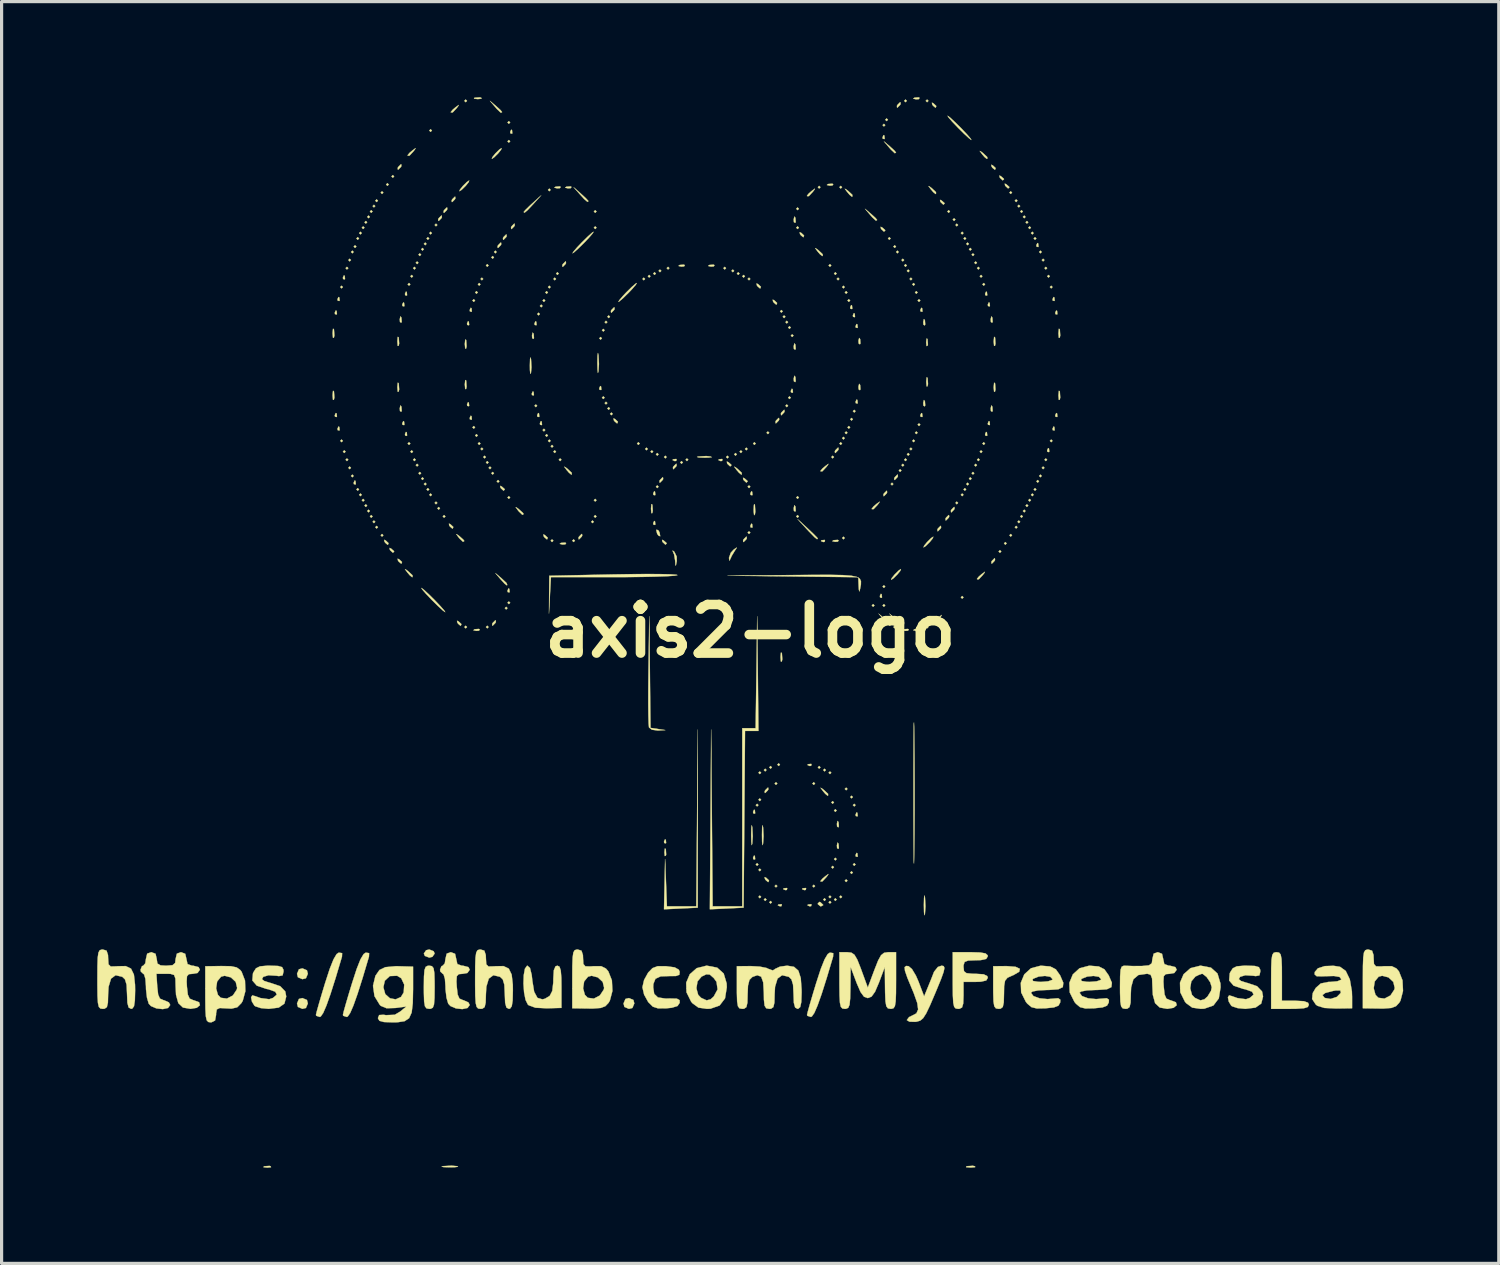
<source format=kicad_pcb>
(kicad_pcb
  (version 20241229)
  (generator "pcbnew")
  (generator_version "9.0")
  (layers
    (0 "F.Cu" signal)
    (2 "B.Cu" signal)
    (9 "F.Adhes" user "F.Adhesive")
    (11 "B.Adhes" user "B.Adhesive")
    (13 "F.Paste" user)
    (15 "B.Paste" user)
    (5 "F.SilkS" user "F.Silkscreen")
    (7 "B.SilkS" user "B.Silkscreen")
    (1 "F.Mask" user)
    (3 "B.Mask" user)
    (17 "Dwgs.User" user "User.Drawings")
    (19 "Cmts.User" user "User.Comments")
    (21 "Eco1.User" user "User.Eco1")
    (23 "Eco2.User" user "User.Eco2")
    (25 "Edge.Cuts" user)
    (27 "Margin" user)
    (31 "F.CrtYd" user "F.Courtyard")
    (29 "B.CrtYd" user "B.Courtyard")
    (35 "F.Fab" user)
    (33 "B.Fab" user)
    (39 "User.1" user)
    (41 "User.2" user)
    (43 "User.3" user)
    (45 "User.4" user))
  (footprint "axis2-logo"
    (layer "F.Cu")
    (at 20.494 16.752)
    (property "Reference" "axis2-logo" (at 0 0 0) (layer "F.SilkS") (effects (font (size 1.524 1.524) (thickness 0.3))))
    (attr through_hole)
    (fp_poly (pts (xy 3.387 -1.69) (xy 3.387 -1.673) (xy 3.356 -1.691) (xy 3.387 -1.69)) (stroke (width 0.01) (type solid)) (fill yes) (layer "F.SilkS"))
    (fp_poly (pts (xy -12.785 -10.795) (xy -12.827 -10.753) (xy -12.869 -10.795) (xy -12.827 -10.837) (xy -12.785 -10.795)) (stroke (width 0.01) (type solid)) (fill yes) (layer "F.SilkS"))
    (fp_poly (pts (xy -12.785 -5.969) (xy -12.827 -5.927) (xy -12.869 -5.969) (xy -12.827 -6.011) (xy -12.785 -5.969)) (stroke (width 0.01) (type solid)) (fill yes) (layer "F.SilkS"))
    (fp_poly (pts (xy -12.7 -5.63) (xy -12.742 -5.588) (xy -12.785 -5.63) (xy -12.742 -5.673) (xy -12.7 -5.63)) (stroke (width 0.01) (type solid)) (fill yes) (layer "F.SilkS"))
    (fp_poly (pts (xy -12.615 -11.388) (xy -12.658 -11.345) (xy -12.7 -11.388) (xy -12.658 -11.43) (xy -12.615 -11.388)) (stroke (width 0.01) (type solid)) (fill yes) (layer "F.SilkS"))
    (fp_poly (pts (xy -12.615 -5.376) (xy -12.658 -5.334) (xy -12.7 -5.376) (xy -12.658 -5.419) (xy -12.615 -5.376)) (stroke (width 0.01) (type solid)) (fill yes) (layer "F.SilkS"))
    (fp_poly (pts (xy -12.531 -11.642) (xy -12.573 -11.599) (xy -12.615 -11.642) (xy -12.573 -11.684) (xy -12.531 -11.642)) (stroke (width 0.01) (type solid)) (fill yes) (layer "F.SilkS"))
    (fp_poly (pts (xy -12.531 -5.122) (xy -12.573 -5.08) (xy -12.615 -5.122) (xy -12.573 -5.165) (xy -12.531 -5.122)) (stroke (width 0.01) (type solid)) (fill yes) (layer "F.SilkS"))
    (fp_poly (pts (xy -12.446 -11.896) (xy -12.488 -11.853) (xy -12.531 -11.896) (xy -12.488 -11.938) (xy -12.446 -11.896)) (stroke (width 0.01) (type solid)) (fill yes) (layer "F.SilkS"))
    (fp_poly (pts (xy -12.446 -4.868) (xy -12.488 -4.826) (xy -12.531 -4.868) (xy -12.488 -4.911) (xy -12.446 -4.868)) (stroke (width 0.01) (type solid)) (fill yes) (layer "F.SilkS"))
    (fp_poly (pts (xy -12.361 -12.065) (xy -12.404 -12.023) (xy -12.446 -12.065) (xy -12.404 -12.107) (xy -12.361 -12.065)) (stroke (width 0.01) (type solid)) (fill yes) (layer "F.SilkS"))
    (fp_poly (pts (xy -12.277 -12.319) (xy -12.319 -12.277) (xy -12.361 -12.319) (xy -12.319 -12.361) (xy -12.277 -12.319)) (stroke (width 0.01) (type solid)) (fill yes) (layer "F.SilkS"))
    (fp_poly (pts (xy -12.277 -4.445) (xy -12.319 -4.403) (xy -12.361 -4.445) (xy -12.319 -4.487) (xy -12.277 -4.445)) (stroke (width 0.01) (type solid)) (fill yes) (layer "F.SilkS"))
    (fp_poly (pts (xy -12.192 -12.488) (xy -12.234 -12.446) (xy -12.277 -12.488) (xy -12.234 -12.531) (xy -12.192 -12.488)) (stroke (width 0.01) (type solid)) (fill yes) (layer "F.SilkS"))
    (fp_poly (pts (xy -12.192 -4.276) (xy -12.234 -4.233) (xy -12.277 -4.276) (xy -12.234 -4.318) (xy -12.192 -4.276)) (stroke (width 0.01) (type solid)) (fill yes) (layer "F.SilkS"))
    (fp_poly (pts (xy -12.107 -12.658) (xy -12.15 -12.615) (xy -12.192 -12.658) (xy -12.15 -12.7) (xy -12.107 -12.658)) (stroke (width 0.01) (type solid)) (fill yes) (layer "F.SilkS"))
    (fp_poly (pts (xy -12.107 -4.106) (xy -12.15 -4.064) (xy -12.192 -4.106) (xy -12.15 -4.149) (xy -12.107 -4.106)) (stroke (width 0.01) (type solid)) (fill yes) (layer "F.SilkS"))
    (fp_poly (pts (xy -12.023 -12.827) (xy -12.065 -12.785) (xy -12.107 -12.827) (xy -12.065 -12.869) (xy -12.023 -12.827)) (stroke (width 0.01) (type solid)) (fill yes) (layer "F.SilkS"))
    (fp_poly (pts (xy -12.023 -3.937) (xy -12.065 -3.895) (xy -12.107 -3.937) (xy -12.065 -3.979) (xy -12.023 -3.937)) (stroke (width 0.01) (type solid)) (fill yes) (layer "F.SilkS"))
    (fp_poly (pts (xy -11.938 -12.996) (xy -11.98 -12.954) (xy -12.023 -12.996) (xy -11.98 -13.039) (xy -11.938 -12.996)) (stroke (width 0.01) (type solid)) (fill yes) (layer "F.SilkS"))
    (fp_poly (pts (xy -11.938 -3.768) (xy -11.98 -3.725) (xy -12.023 -3.768) (xy -11.98 -3.81) (xy -11.938 -3.768)) (stroke (width 0.01) (type solid)) (fill yes) (layer "F.SilkS"))
    (fp_poly (pts (xy -11.853 -13.166) (xy -11.896 -13.123) (xy -11.938 -13.166) (xy -11.896 -13.208) (xy -11.853 -13.166)) (stroke (width 0.01) (type solid)) (fill yes) (layer "F.SilkS"))
    (fp_poly (pts (xy -11.853 -3.598) (xy -11.896 -3.556) (xy -11.938 -3.598) (xy -11.896 -3.641) (xy -11.853 -3.598)) (stroke (width 0.01) (type solid)) (fill yes) (layer "F.SilkS"))
    (fp_poly (pts (xy -11.769 -13.335) (xy -11.811 -13.293) (xy -11.853 -13.335) (xy -11.811 -13.377) (xy -11.769 -13.335)) (stroke (width 0.01) (type solid)) (fill yes) (layer "F.SilkS"))
    (fp_poly (pts (xy -11.769 -3.429) (xy -11.811 -3.387) (xy -11.853 -3.429) (xy -11.811 -3.471) (xy -11.769 -3.429)) (stroke (width 0.01) (type solid)) (fill yes) (layer "F.SilkS"))
    (fp_poly (pts (xy -11.684 -13.504) (xy -11.726 -13.462) (xy -11.769 -13.504) (xy -11.726 -13.547) (xy -11.684 -13.504)) (stroke (width 0.01) (type solid)) (fill yes) (layer "F.SilkS"))
    (fp_poly (pts (xy -11.684 -3.26) (xy -11.726 -3.217) (xy -11.769 -3.26) (xy -11.726 -3.302) (xy -11.684 -3.26)) (stroke (width 0.01) (type solid)) (fill yes) (layer "F.SilkS"))
    (fp_poly (pts (xy -11.515 -13.758) (xy -11.557 -13.716) (xy -11.599 -13.758) (xy -11.557 -13.801) (xy -11.515 -13.758)) (stroke (width 0.01) (type solid)) (fill yes) (layer "F.SilkS"))
    (fp_poly (pts (xy -11.515 -3.006) (xy -11.557 -2.963) (xy -11.599 -3.006) (xy -11.557 -3.048) (xy -11.515 -3.006)) (stroke (width 0.01) (type solid)) (fill yes) (layer "F.SilkS"))
    (fp_poly (pts (xy -11.345 -14.012) (xy -11.388 -13.97) (xy -11.43 -14.012) (xy -11.388 -14.055) (xy -11.345 -14.012)) (stroke (width 0.01) (type solid)) (fill yes) (layer "F.SilkS"))
    (fp_poly (pts (xy -11.176 -14.266) (xy -11.218 -14.224) (xy -11.261 -14.266) (xy -11.218 -14.309) (xy -11.176 -14.266)) (stroke (width 0.01) (type solid)) (fill yes) (layer "F.SilkS"))
    (fp_poly (pts (xy -10.668 -10.88) (xy -10.71 -10.837) (xy -10.753 -10.88) (xy -10.71 -10.922) (xy -10.668 -10.88)) (stroke (width 0.01) (type solid)) (fill yes) (layer "F.SilkS"))
    (fp_poly (pts (xy -10.668 -5.884) (xy -10.71 -5.842) (xy -10.753 -5.884) (xy -10.71 -5.927) (xy -10.668 -5.884)) (stroke (width 0.01) (type solid)) (fill yes) (layer "F.SilkS"))
    (fp_poly (pts (xy -10.583 -11.134) (xy -10.626 -11.091) (xy -10.668 -11.134) (xy -10.626 -11.176) (xy -10.583 -11.134)) (stroke (width 0.01) (type solid)) (fill yes) (layer "F.SilkS"))
    (fp_poly (pts (xy -10.583 -5.63) (xy -10.626 -5.588) (xy -10.668 -5.63) (xy -10.626 -5.673) (xy -10.583 -5.63)) (stroke (width 0.01) (type solid)) (fill yes) (layer "F.SilkS"))
    (fp_poly (pts (xy -10.499 -11.388) (xy -10.541 -11.345) (xy -10.583 -11.388) (xy -10.541 -11.43) (xy -10.499 -11.388)) (stroke (width 0.01) (type solid)) (fill yes) (layer "F.SilkS"))
    (fp_poly (pts (xy -10.499 -5.376) (xy -10.541 -5.334) (xy -10.583 -5.376) (xy -10.541 -5.419) (xy -10.499 -5.376)) (stroke (width 0.01) (type solid)) (fill yes) (layer "F.SilkS"))
    (fp_poly (pts (xy -10.414 -11.557) (xy -10.456 -11.515) (xy -10.499 -11.557) (xy -10.456 -11.599) (xy -10.414 -11.557)) (stroke (width 0.01) (type solid)) (fill yes) (layer "F.SilkS"))
    (fp_poly (pts (xy -10.414 -5.207) (xy -10.456 -5.165) (xy -10.499 -5.207) (xy -10.456 -5.249) (xy -10.414 -5.207)) (stroke (width 0.01) (type solid)) (fill yes) (layer "F.SilkS"))
    (fp_poly (pts (xy -10.329 -11.811) (xy -10.372 -11.769) (xy -10.414 -11.811) (xy -10.372 -11.853) (xy -10.329 -11.811)) (stroke (width 0.01) (type solid)) (fill yes) (layer "F.SilkS"))
    (fp_poly (pts (xy -10.329 -4.953) (xy -10.372 -4.911) (xy -10.414 -4.953) (xy -10.372 -4.995) (xy -10.329 -4.953)) (stroke (width 0.01) (type solid)) (fill yes) (layer "F.SilkS"))
    (fp_poly (pts (xy -10.245 -11.98) (xy -10.287 -11.938) (xy -10.329 -11.98) (xy -10.287 -12.023) (xy -10.245 -11.98)) (stroke (width 0.01) (type solid)) (fill yes) (layer "F.SilkS"))
    (fp_poly (pts (xy -10.245 -4.784) (xy -10.287 -4.741) (xy -10.329 -4.784) (xy -10.287 -4.826) (xy -10.245 -4.784)) (stroke (width 0.01) (type solid)) (fill yes) (layer "F.SilkS"))
    (fp_poly (pts (xy -10.16 -12.15) (xy -10.202 -12.107) (xy -10.245 -12.15) (xy -10.202 -12.192) (xy -10.16 -12.15)) (stroke (width 0.01) (type solid)) (fill yes) (layer "F.SilkS"))
    (fp_poly (pts (xy -10.16 -4.614) (xy -10.202 -4.572) (xy -10.245 -4.614) (xy -10.202 -4.657) (xy -10.16 -4.614)) (stroke (width 0.01) (type solid)) (fill yes) (layer "F.SilkS"))
    (fp_poly (pts (xy -10.075 -12.319) (xy -10.118 -12.277) (xy -10.16 -12.319) (xy -10.118 -12.361) (xy -10.075 -12.319)) (stroke (width 0.01) (type solid)) (fill yes) (layer "F.SilkS"))
    (fp_poly (pts (xy -10.075 -4.445) (xy -10.118 -4.403) (xy -10.16 -4.445) (xy -10.118 -4.487) (xy -10.075 -4.445)) (stroke (width 0.01) (type solid)) (fill yes) (layer "F.SilkS"))
    (fp_poly (pts (xy -9.991 -15.706) (xy -10.033 -15.663) (xy -10.075 -15.706) (xy -10.033 -15.748) (xy -9.991 -15.706)) (stroke (width 0.01) (type solid)) (fill yes) (layer "F.SilkS"))
    (fp_poly (pts (xy -9.991 -12.488) (xy -10.033 -12.446) (xy -10.075 -12.488) (xy -10.033 -12.531) (xy -9.991 -12.488)) (stroke (width 0.01) (type solid)) (fill yes) (layer "F.SilkS"))
    (fp_poly (pts (xy -9.991 -4.276) (xy -10.033 -4.233) (xy -10.075 -4.276) (xy -10.033 -4.318) (xy -9.991 -4.276)) (stroke (width 0.01) (type solid)) (fill yes) (layer "F.SilkS"))
    (fp_poly (pts (xy -9.821 -12.742) (xy -9.864 -12.7) (xy -9.906 -12.742) (xy -9.864 -12.785) (xy -9.821 -12.742)) (stroke (width 0.01) (type solid)) (fill yes) (layer "F.SilkS"))
    (fp_poly (pts (xy -9.821 -4.022) (xy -9.864 -3.979) (xy -9.906 -4.022) (xy -9.864 -4.064) (xy -9.821 -4.022)) (stroke (width 0.01) (type solid)) (fill yes) (layer "F.SilkS"))
    (fp_poly (pts (xy -9.737 -3.852) (xy -9.779 -3.81) (xy -9.821 -3.852) (xy -9.779 -3.895) (xy -9.737 -3.852)) (stroke (width 0.01) (type solid)) (fill yes) (layer "F.SilkS"))
    (fp_poly (pts (xy -9.567 -3.598) (xy -9.61 -3.556) (xy -9.652 -3.598) (xy -9.61 -3.641) (xy -9.567 -3.598)) (stroke (width 0.01) (type solid)) (fill yes) (layer "F.SilkS"))
    (fp_poly (pts (xy -8.89 -16.637) (xy -8.932 -16.595) (xy -8.975 -16.637) (xy -8.932 -16.679) (xy -8.89 -16.637)) (stroke (width 0.01) (type solid)) (fill yes) (layer "F.SilkS"))
    (fp_poly (pts (xy -8.89 -0.127) (xy -8.932 -0.085) (xy -8.975 -0.127) (xy -8.932 -0.169) (xy -8.89 -0.127)) (stroke (width 0.01) (type solid)) (fill yes) (layer "F.SilkS"))
    (fp_poly (pts (xy -8.636 -10.372) (xy -8.678 -10.329) (xy -8.721 -10.372) (xy -8.678 -10.414) (xy -8.636 -10.372)) (stroke (width 0.01) (type solid)) (fill yes) (layer "F.SilkS"))
    (fp_poly (pts (xy -8.636 -6.392) (xy -8.678 -6.35) (xy -8.721 -6.392) (xy -8.678 -6.435) (xy -8.636 -6.392)) (stroke (width 0.01) (type solid)) (fill yes) (layer "F.SilkS"))
    (fp_poly (pts (xy -8.551 -10.626) (xy -8.594 -10.583) (xy -8.636 -10.626) (xy -8.594 -10.668) (xy -8.551 -10.626)) (stroke (width 0.01) (type solid)) (fill yes) (layer "F.SilkS"))
    (fp_poly (pts (xy -8.551 -6.138) (xy -8.594 -6.096) (xy -8.636 -6.138) (xy -8.594 -6.181) (xy -8.551 -6.138)) (stroke (width 0.01) (type solid)) (fill yes) (layer "F.SilkS"))
    (fp_poly (pts (xy -8.467 -10.88) (xy -8.509 -10.837) (xy -8.551 -10.88) (xy -8.509 -10.922) (xy -8.467 -10.88)) (stroke (width 0.01) (type solid)) (fill yes) (layer "F.SilkS"))
    (fp_poly (pts (xy -8.467 -5.884) (xy -8.509 -5.842) (xy -8.551 -5.884) (xy -8.509 -5.927) (xy -8.467 -5.884)) (stroke (width 0.01) (type solid)) (fill yes) (layer "F.SilkS"))
    (fp_poly (pts (xy -8.382 -11.049) (xy -8.424 -11.007) (xy -8.467 -11.049) (xy -8.424 -11.091) (xy -8.382 -11.049)) (stroke (width 0.01) (type solid)) (fill yes) (layer "F.SilkS"))
    (fp_poly (pts (xy -8.382 -5.715) (xy -8.424 -5.673) (xy -8.467 -5.715) (xy -8.424 -5.757) (xy -8.382 -5.715)) (stroke (width 0.01) (type solid)) (fill yes) (layer "F.SilkS"))
    (fp_poly (pts (xy -8.297 -5.461) (xy -8.34 -5.419) (xy -8.382 -5.461) (xy -8.34 -5.503) (xy -8.297 -5.461)) (stroke (width 0.01) (type solid)) (fill yes) (layer "F.SilkS"))
    (fp_poly (pts (xy -8.213 -11.472) (xy -8.255 -11.43) (xy -8.297 -11.472) (xy -8.255 -11.515) (xy -8.213 -11.472)) (stroke (width 0.01) (type solid)) (fill yes) (layer "F.SilkS"))
    (fp_poly (pts (xy -8.213 -5.292) (xy -8.255 -5.249) (xy -8.297 -5.292) (xy -8.255 -5.334) (xy -8.213 -5.292)) (stroke (width 0.01) (type solid)) (fill yes) (layer "F.SilkS"))
    (fp_poly (pts (xy -8.213 -0.127) (xy -8.255 -0.085) (xy -8.297 -0.127) (xy -8.255 -0.169) (xy -8.213 -0.127)) (stroke (width 0.01) (type solid)) (fill yes) (layer "F.SilkS"))
    (fp_poly (pts (xy -8.128 -5.122) (xy -8.17 -5.08) (xy -8.213 -5.122) (xy -8.17 -5.165) (xy -8.128 -5.122)) (stroke (width 0.01) (type solid)) (fill yes) (layer "F.SilkS"))
    (fp_poly (pts (xy -8.043 -11.726) (xy -8.086 -11.684) (xy -8.128 -11.726) (xy -8.086 -11.769) (xy -8.043 -11.726)) (stroke (width 0.01) (type solid)) (fill yes) (layer "F.SilkS"))
    (fp_poly (pts (xy -8.043 -4.953) (xy -8.086 -4.911) (xy -8.128 -4.953) (xy -8.086 -4.995) (xy -8.043 -4.953)) (stroke (width 0.01) (type solid)) (fill yes) (layer "F.SilkS"))
    (fp_poly (pts (xy -7.959 -11.896) (xy -8.001 -11.853) (xy -8.043 -11.896) (xy -8.001 -11.938) (xy -7.959 -11.896)) (stroke (width 0.01) (type solid)) (fill yes) (layer "F.SilkS"))
    (fp_poly (pts (xy -7.874 -4.699) (xy -7.916 -4.657) (xy -7.959 -4.699) (xy -7.916 -4.741) (xy -7.874 -4.699)) (stroke (width 0.01) (type solid)) (fill yes) (layer "F.SilkS"))
    (fp_poly (pts (xy -7.62 -0.72) (xy -7.662 -0.677) (xy -7.705 -0.72) (xy -7.662 -0.762) (xy -7.62 -0.72)) (stroke (width 0.01) (type solid)) (fill yes) (layer "F.SilkS"))
    (fp_poly (pts (xy -7.535 -15.96) (xy -7.578 -15.917) (xy -7.62 -15.96) (xy -7.578 -16.002) (xy -7.535 -15.96)) (stroke (width 0.01) (type solid)) (fill yes) (layer "F.SilkS"))
    (fp_poly (pts (xy -7.535 -15.367) (xy -7.578 -15.325) (xy -7.62 -15.367) (xy -7.578 -15.409) (xy -7.535 -15.367)) (stroke (width 0.01) (type solid)) (fill yes) (layer "F.SilkS"))
    (fp_poly (pts (xy -7.535 -4.191) (xy -7.578 -4.149) (xy -7.62 -4.191) (xy -7.578 -4.233) (xy -7.535 -4.191)) (stroke (width 0.01) (type solid)) (fill yes) (layer "F.SilkS"))
    (fp_poly (pts (xy -7.535 -0.889) (xy -7.578 -0.847) (xy -7.62 -0.889) (xy -7.578 -0.931) (xy -7.535 -0.889)) (stroke (width 0.01) (type solid)) (fill yes) (layer "F.SilkS"))
    (fp_poly (pts (xy -6.689 -7.07) (xy -6.731 -7.027) (xy -6.773 -7.07) (xy -6.731 -7.112) (xy -6.689 -7.07)) (stroke (width 0.01) (type solid)) (fill yes) (layer "F.SilkS"))
    (fp_poly (pts (xy -6.604 -9.948) (xy -6.646 -9.906) (xy -6.689 -9.948) (xy -6.646 -9.991) (xy -6.604 -9.948)) (stroke (width 0.01) (type solid)) (fill yes) (layer "F.SilkS"))
    (fp_poly (pts (xy -6.519 -10.202) (xy -6.562 -10.16) (xy -6.604 -10.202) (xy -6.562 -10.245) (xy -6.519 -10.202)) (stroke (width 0.01) (type solid)) (fill yes) (layer "F.SilkS"))
    (fp_poly (pts (xy -6.435 -10.372) (xy -6.477 -10.329) (xy -6.519 -10.372) (xy -6.477 -10.414) (xy -6.435 -10.372)) (stroke (width 0.01) (type solid)) (fill yes) (layer "F.SilkS"))
    (fp_poly (pts (xy -6.435 -6.308) (xy -6.477 -6.265) (xy -6.519 -6.308) (xy -6.477 -6.35) (xy -6.435 -6.308)) (stroke (width 0.01) (type solid)) (fill yes) (layer "F.SilkS"))
    (fp_poly (pts (xy -6.35 -10.626) (xy -6.392 -10.583) (xy -6.435 -10.626) (xy -6.392 -10.668) (xy -6.35 -10.626)) (stroke (width 0.01) (type solid)) (fill yes) (layer "F.SilkS"))
    (fp_poly (pts (xy -6.35 -6.138) (xy -6.392 -6.096) (xy -6.435 -6.138) (xy -6.392 -6.181) (xy -6.35 -6.138)) (stroke (width 0.01) (type solid)) (fill yes) (layer "F.SilkS"))
    (fp_poly (pts (xy -6.265 -13.843) (xy -6.308 -13.801) (xy -6.35 -13.843) (xy -6.308 -13.885) (xy -6.265 -13.843)) (stroke (width 0.01) (type solid)) (fill yes) (layer "F.SilkS"))
    (fp_poly (pts (xy -6.265 -10.795) (xy -6.308 -10.753) (xy -6.35 -10.795) (xy -6.308 -10.837) (xy -6.265 -10.795)) (stroke (width 0.01) (type solid)) (fill yes) (layer "F.SilkS"))
    (fp_poly (pts (xy -6.265 -5.969) (xy -6.308 -5.927) (xy -6.35 -5.969) (xy -6.308 -6.011) (xy -6.265 -5.969)) (stroke (width 0.01) (type solid)) (fill yes) (layer "F.SilkS"))
    (fp_poly (pts (xy -6.181 -5.8) (xy -6.223 -5.757) (xy -6.265 -5.8) (xy -6.223 -5.842) (xy -6.181 -5.8)) (stroke (width 0.01) (type solid)) (fill yes) (layer "F.SilkS"))
    (fp_poly (pts (xy -6.181 -2.836) (xy -6.223 -2.794) (xy -6.265 -2.836) (xy -6.223 -2.879) (xy -6.181 -2.836)) (stroke (width 0.01) (type solid)) (fill yes) (layer "F.SilkS"))
    (fp_poly (pts (xy -6.096 -11.049) (xy -6.138 -11.007) (xy -6.181 -11.049) (xy -6.138 -11.091) (xy -6.096 -11.049)) (stroke (width 0.01) (type solid)) (fill yes) (layer "F.SilkS"))
    (fp_poly (pts (xy -6.096 -5.63) (xy -6.138 -5.588) (xy -6.181 -5.63) (xy -6.138 -5.673) (xy -6.096 -5.63)) (stroke (width 0.01) (type solid)) (fill yes) (layer "F.SilkS"))
    (fp_poly (pts (xy -6.011 -11.218) (xy -6.054 -11.176) (xy -6.096 -11.218) (xy -6.054 -11.261) (xy -6.011 -11.218)) (stroke (width 0.01) (type solid)) (fill yes) (layer "F.SilkS"))
    (fp_poly (pts (xy -5.927 -5.376) (xy -5.969 -5.334) (xy -6.011 -5.376) (xy -5.969 -5.419) (xy -5.927 -5.376)) (stroke (width 0.01) (type solid)) (fill yes) (layer "F.SilkS"))
    (fp_poly (pts (xy -5.503 -2.836) (xy -5.546 -2.794) (xy -5.588 -2.836) (xy -5.546 -2.879) (xy -5.503 -2.836)) (stroke (width 0.01) (type solid)) (fill yes) (layer "F.SilkS"))
    (fp_poly (pts (xy -4.911 -3.429) (xy -4.953 -3.387) (xy -4.995 -3.429) (xy -4.953 -3.471) (xy -4.911 -3.429)) (stroke (width 0.01) (type solid)) (fill yes) (layer "F.SilkS"))
    (fp_poly (pts (xy -4.826 -13.166) (xy -4.868 -13.123) (xy -4.911 -13.166) (xy -4.868 -13.208) (xy -4.826 -13.166)) (stroke (width 0.01) (type solid)) (fill yes) (layer "F.SilkS"))
    (fp_poly (pts (xy -4.826 -12.658) (xy -4.868 -12.615) (xy -4.911 -12.658) (xy -4.868 -12.7) (xy -4.826 -12.658)) (stroke (width 0.01) (type solid)) (fill yes) (layer "F.SilkS"))
    (fp_poly (pts (xy -4.826 -4.106) (xy -4.868 -4.064) (xy -4.911 -4.106) (xy -4.868 -4.149) (xy -4.826 -4.106)) (stroke (width 0.01) (type solid)) (fill yes) (layer "F.SilkS"))
    (fp_poly (pts (xy -4.826 -3.598) (xy -4.868 -3.556) (xy -4.911 -3.598) (xy -4.868 -3.641) (xy -4.826 -3.598)) (stroke (width 0.01) (type solid)) (fill yes) (layer "F.SilkS"))
    (fp_poly (pts (xy -4.657 -9.186) (xy -4.699 -9.144) (xy -4.741 -9.186) (xy -4.699 -9.229) (xy -4.657 -9.186)) (stroke (width 0.01) (type solid)) (fill yes) (layer "F.SilkS"))
    (fp_poly (pts (xy -4.572 -9.44) (xy -4.614 -9.398) (xy -4.657 -9.44) (xy -4.614 -9.483) (xy -4.572 -9.44)) (stroke (width 0.01) (type solid)) (fill yes) (layer "F.SilkS"))
    (fp_poly (pts (xy -4.572 -7.324) (xy -4.614 -7.281) (xy -4.657 -7.324) (xy -4.614 -7.366) (xy -4.572 -7.324)) (stroke (width 0.01) (type solid)) (fill yes) (layer "F.SilkS"))
    (fp_poly (pts (xy -4.487 -9.694) (xy -4.53 -9.652) (xy -4.572 -9.694) (xy -4.53 -9.737) (xy -4.487 -9.694)) (stroke (width 0.01) (type solid)) (fill yes) (layer "F.SilkS"))
    (fp_poly (pts (xy -4.487 -7.154) (xy -4.53 -7.112) (xy -4.572 -7.154) (xy -4.53 -7.197) (xy -4.487 -7.154)) (stroke (width 0.01) (type solid)) (fill yes) (layer "F.SilkS"))
    (fp_poly (pts (xy -4.403 -9.864) (xy -4.445 -9.821) (xy -4.487 -9.864) (xy -4.445 -9.906) (xy -4.403 -9.864)) (stroke (width 0.01) (type solid)) (fill yes) (layer "F.SilkS"))
    (fp_poly (pts (xy -4.403 -6.985) (xy -4.445 -6.943) (xy -4.487 -6.985) (xy -4.445 -7.027) (xy -4.403 -6.985)) (stroke (width 0.01) (type solid)) (fill yes) (layer "F.SilkS"))
    (fp_poly (pts (xy -4.318 -6.816) (xy -4.36 -6.773) (xy -4.403 -6.816) (xy -4.36 -6.858) (xy -4.318 -6.816)) (stroke (width 0.01) (type solid)) (fill yes) (layer "F.SilkS"))
    (fp_poly (pts (xy -3.471 -5.884) (xy -3.514 -5.842) (xy -3.556 -5.884) (xy -3.514 -5.927) (xy -3.471 -5.884)) (stroke (width 0.01) (type solid)) (fill yes) (layer "F.SilkS"))
    (fp_poly (pts (xy -3.302 -11.049) (xy -3.344 -11.007) (xy -3.387 -11.049) (xy -3.344 -11.091) (xy -3.302 -11.049)) (stroke (width 0.01) (type solid)) (fill yes) (layer "F.SilkS"))
    (fp_poly (pts (xy -3.217 -5.715) (xy -3.26 -5.673) (xy -3.302 -5.715) (xy -3.26 -5.757) (xy -3.217 -5.715)) (stroke (width 0.01) (type solid)) (fill yes) (layer "F.SilkS"))
    (fp_poly (pts (xy -3.133 -11.134) (xy -3.175 -11.091) (xy -3.217 -11.134) (xy -3.175 -11.176) (xy -3.133 -11.134)) (stroke (width 0.01) (type solid)) (fill yes) (layer "F.SilkS"))
    (fp_poly (pts (xy -3.048 -5.63) (xy -3.09 -5.588) (xy -3.133 -5.63) (xy -3.09 -5.673) (xy -3.048 -5.63)) (stroke (width 0.01) (type solid)) (fill yes) (layer "F.SilkS"))
    (fp_poly (pts (xy -2.963 -11.218) (xy -3.006 -11.176) (xy -3.048 -11.218) (xy -3.006 -11.261) (xy -2.963 -11.218)) (stroke (width 0.01) (type solid)) (fill yes) (layer "F.SilkS"))
    (fp_poly (pts (xy -2.879 -5.546) (xy -2.921 -5.503) (xy -2.963 -5.546) (xy -2.921 -5.588) (xy -2.879 -5.546)) (stroke (width 0.01) (type solid)) (fill yes) (layer "F.SilkS"))
    (fp_poly (pts (xy -2.879 -4.53) (xy -2.921 -4.487) (xy -2.963 -4.53) (xy -2.921 -4.572) (xy -2.879 -4.53)) (stroke (width 0.01) (type solid)) (fill yes) (layer "F.SilkS"))
    (fp_poly (pts (xy -2.794 -11.303) (xy -2.836 -11.261) (xy -2.879 -11.303) (xy -2.836 -11.345) (xy -2.794 -11.303)) (stroke (width 0.01) (type solid)) (fill yes) (layer "F.SilkS"))
    (fp_poly (pts (xy -2.625 -5.461) (xy -2.667 -5.419) (xy -2.709 -5.461) (xy -2.667 -5.503) (xy -2.625 -5.461)) (stroke (width 0.01) (type solid)) (fill yes) (layer "F.SilkS"))
    (fp_poly (pts (xy -2.54 -11.388) (xy -2.582 -11.345) (xy -2.625 -11.388) (xy -2.582 -11.43) (xy -2.54 -11.388)) (stroke (width 0.01) (type solid)) (fill yes) (layer "F.SilkS"))
    (fp_poly (pts (xy -2.117 -5.292) (xy -2.159 -5.249) (xy -2.201 -5.292) (xy -2.159 -5.334) (xy -2.117 -5.292)) (stroke (width 0.01) (type solid)) (fill yes) (layer "F.SilkS"))
    (fp_poly (pts (xy -1.947 -5.376) (xy -1.99 -5.334) (xy -2.032 -5.376) (xy -1.99 -5.419) (xy -1.947 -5.376)) (stroke (width 0.01) (type solid)) (fill yes) (layer "F.SilkS"))
    (fp_poly (pts (xy -0.762 -11.388) (xy -0.804 -11.345) (xy -0.847 -11.388) (xy -0.804 -11.43) (xy -0.762 -11.388)) (stroke (width 0.01) (type solid)) (fill yes) (layer "F.SilkS"))
    (fp_poly (pts (xy -0.677 -5.461) (xy -0.72 -5.419) (xy -0.762 -5.461) (xy -0.72 -5.503) (xy -0.677 -5.461)) (stroke (width 0.01) (type solid)) (fill yes) (layer "F.SilkS"))
    (fp_poly (pts (xy -0.508 -11.303) (xy -0.55 -11.261) (xy -0.593 -11.303) (xy -0.55 -11.345) (xy -0.508 -11.303)) (stroke (width 0.01) (type solid)) (fill yes) (layer "F.SilkS"))
    (fp_poly (pts (xy -0.423 -5.546) (xy -0.466 -5.503) (xy -0.508 -5.546) (xy -0.466 -5.588) (xy -0.423 -5.546)) (stroke (width 0.01) (type solid)) (fill yes) (layer "F.SilkS"))
    (fp_poly (pts (xy -0.339 -11.218) (xy -0.381 -11.176) (xy -0.423 -11.218) (xy -0.381 -11.261) (xy -0.339 -11.218)) (stroke (width 0.01) (type solid)) (fill yes) (layer "F.SilkS"))
    (fp_poly (pts (xy -0.254 -5.63) (xy -0.296 -5.588) (xy -0.339 -5.63) (xy -0.296 -5.673) (xy -0.254 -5.63)) (stroke (width 0.01) (type solid)) (fill yes) (layer "F.SilkS"))
    (fp_poly (pts (xy -0.169 -11.134) (xy -0.212 -11.091) (xy -0.254 -11.134) (xy -0.212 -11.176) (xy -0.169 -11.134)) (stroke (width 0.01) (type solid)) (fill yes) (layer "F.SilkS"))
    (fp_poly (pts (xy -0.085 -5.715) (xy -0.127 -5.673) (xy -0.169 -5.715) (xy -0.127 -5.757) (xy -0.085 -5.715)) (stroke (width 0.01) (type solid)) (fill yes) (layer "F.SilkS"))
    (fp_poly (pts (xy 0 -11.049) (xy -0.042 -11.007) (xy -0.085 -11.049) (xy -0.042 -11.091) (xy 0 -11.049)) (stroke (width 0.01) (type solid)) (fill yes) (layer "F.SilkS"))
    (fp_poly (pts (xy 0 -4.53) (xy -0.042 -4.487) (xy -0.085 -4.53) (xy -0.042 -4.572) (xy 0 -4.53)) (stroke (width 0.01) (type solid)) (fill yes) (layer "F.SilkS"))
    (fp_poly (pts (xy 0 -3.09) (xy -0.042 -3.048) (xy -0.085 -3.09) (xy -0.042 -3.133) (xy 0 -3.09)) (stroke (width 0.01) (type solid)) (fill yes) (layer "F.SilkS"))
    (fp_poly (pts (xy 0.169 -5.884) (xy 0.127 -5.842) (xy 0.085 -5.884) (xy 0.127 -5.927) (xy 0.169 -5.884)) (stroke (width 0.01) (type solid)) (fill yes) (layer "F.SilkS"))
    (fp_poly (pts (xy 0.254 5.461) (xy 0.212 5.503) (xy 0.169 5.461) (xy 0.212 5.419) (xy 0.254 5.461)) (stroke (width 0.01) (type solid)) (fill yes) (layer "F.SilkS"))
    (fp_poly (pts (xy 0.254 7.324) (xy 0.212 7.366) (xy 0.169 7.324) (xy 0.212 7.281) (xy 0.254 7.324)) (stroke (width 0.01) (type solid)) (fill yes) (layer "F.SilkS"))
    (fp_poly (pts (xy 0.339 4.445) (xy 0.296 4.487) (xy 0.254 4.445) (xy 0.296 4.403) (xy 0.339 4.445)) (stroke (width 0.01) (type solid)) (fill yes) (layer "F.SilkS"))
    (fp_poly (pts (xy 0.339 5.292) (xy 0.296 5.334) (xy 0.254 5.292) (xy 0.296 5.249) (xy 0.339 5.292)) (stroke (width 0.01) (type solid)) (fill yes) (layer "F.SilkS"))
    (fp_poly (pts (xy 0.339 7.493) (xy 0.296 7.535) (xy 0.254 7.493) (xy 0.296 7.451) (xy 0.339 7.493)) (stroke (width 0.01) (type solid)) (fill yes) (layer "F.SilkS"))
    (fp_poly (pts (xy 0.339 8.34) (xy 0.296 8.382) (xy 0.254 8.34) (xy 0.296 8.297) (xy 0.339 8.34)) (stroke (width 0.01) (type solid)) (fill yes) (layer "F.SilkS"))
    (fp_poly (pts (xy 0.508 4.36) (xy 0.466 4.403) (xy 0.423 4.36) (xy 0.466 4.318) (xy 0.508 4.36)) (stroke (width 0.01) (type solid)) (fill yes) (layer "F.SilkS"))
    (fp_poly (pts (xy 0.508 8.424) (xy 0.466 8.467) (xy 0.423 8.424) (xy 0.466 8.382) (xy 0.508 8.424)) (stroke (width 0.01) (type solid)) (fill yes) (layer "F.SilkS"))
    (fp_poly (pts (xy 0.593 -6.223) (xy 0.55 -6.181) (xy 0.508 -6.223) (xy 0.55 -6.265) (xy 0.593 -6.223)) (stroke (width 0.01) (type solid)) (fill yes) (layer "F.SilkS"))
    (fp_poly (pts (xy 0.677 4.276) (xy 0.635 4.318) (xy 0.593 4.276) (xy 0.635 4.233) (xy 0.677 4.276)) (stroke (width 0.01) (type solid)) (fill yes) (layer "F.SilkS"))
    (fp_poly (pts (xy 0.677 8.509) (xy 0.635 8.551) (xy 0.593 8.509) (xy 0.635 8.467) (xy 0.677 8.509)) (stroke (width 0.01) (type solid)) (fill yes) (layer "F.SilkS"))
    (fp_poly (pts (xy 0.847 4.784) (xy 0.804 4.826) (xy 0.762 4.784) (xy 0.804 4.741) (xy 0.847 4.784)) (stroke (width 0.01) (type solid)) (fill yes) (layer "F.SilkS"))
    (fp_poly (pts (xy 0.847 8.001) (xy 0.804 8.043) (xy 0.762 8.001) (xy 0.804 7.959) (xy 0.847 8.001)) (stroke (width 0.01) (type solid)) (fill yes) (layer "F.SilkS"))
    (fp_poly (pts (xy 0.931 4.191) (xy 0.889 4.233) (xy 0.847 4.191) (xy 0.889 4.149) (xy 0.931 4.191)) (stroke (width 0.01) (type solid)) (fill yes) (layer "F.SilkS"))
    (fp_poly (pts (xy 1.016 -10.033) (xy 0.974 -9.991) (xy 0.931 -10.033) (xy 0.974 -10.075) (xy 1.016 -10.033)) (stroke (width 0.01) (type solid)) (fill yes) (layer "F.SilkS"))
    (fp_poly (pts (xy 1.101 -9.864) (xy 1.058 -9.821) (xy 1.016 -9.864) (xy 1.058 -9.906) (xy 1.101 -9.864)) (stroke (width 0.01) (type solid)) (fill yes) (layer "F.SilkS"))
    (fp_poly (pts (xy 1.185 -9.694) (xy 1.143 -9.652) (xy 1.101 -9.694) (xy 1.143 -9.737) (xy 1.185 -9.694)) (stroke (width 0.01) (type solid)) (fill yes) (layer "F.SilkS"))
    (fp_poly (pts (xy 1.185 -7.07) (xy 1.143 -7.027) (xy 1.101 -7.07) (xy 1.143 -7.112) (xy 1.185 -7.07)) (stroke (width 0.01) (type solid)) (fill yes) (layer "F.SilkS"))
    (fp_poly (pts (xy 1.27 -9.525) (xy 1.228 -9.483) (xy 1.185 -9.525) (xy 1.228 -9.567) (xy 1.27 -9.525)) (stroke (width 0.01) (type solid)) (fill yes) (layer "F.SilkS"))
    (fp_poly (pts (xy 1.27 -7.324) (xy 1.228 -7.281) (xy 1.185 -7.324) (xy 1.228 -7.366) (xy 1.27 -7.324)) (stroke (width 0.01) (type solid)) (fill yes) (layer "F.SilkS"))
    (fp_poly (pts (xy 1.355 -9.271) (xy 1.312 -9.229) (xy 1.27 -9.271) (xy 1.312 -9.313) (xy 1.355 -9.271)) (stroke (width 0.01) (type solid)) (fill yes) (layer "F.SilkS"))
    (fp_poly (pts (xy 1.524 -13.25) (xy 1.482 -13.208) (xy 1.439 -13.25) (xy 1.482 -13.293) (xy 1.524 -13.25)) (stroke (width 0.01) (type solid)) (fill yes) (layer "F.SilkS"))
    (fp_poly (pts (xy 1.524 -12.658) (xy 1.482 -12.615) (xy 1.439 -12.658) (xy 1.482 -12.7) (xy 1.524 -12.658)) (stroke (width 0.01) (type solid)) (fill yes) (layer "F.SilkS"))
    (fp_poly (pts (xy 1.524 -4.191) (xy 1.482 -4.149) (xy 1.439 -4.191) (xy 1.482 -4.233) (xy 1.524 -4.191)) (stroke (width 0.01) (type solid)) (fill yes) (layer "F.SilkS"))
    (fp_poly (pts (xy 1.524 -3.598) (xy 1.482 -3.556) (xy 1.439 -3.598) (xy 1.482 -3.641) (xy 1.524 -3.598)) (stroke (width 0.01) (type solid)) (fill yes) (layer "F.SilkS"))
    (fp_poly (pts (xy 2.032 4.784) (xy 1.99 4.826) (xy 1.947 4.784) (xy 1.99 4.741) (xy 2.032 4.784)) (stroke (width 0.01) (type solid)) (fill yes) (layer "F.SilkS"))
    (fp_poly (pts (xy 2.032 8.001) (xy 1.99 8.043) (xy 1.947 8.001) (xy 1.99 7.959) (xy 2.032 8.001)) (stroke (width 0.01) (type solid)) (fill yes) (layer "F.SilkS"))
    (fp_poly (pts (xy 2.201 -13.928) (xy 2.159 -13.885) (xy 2.117 -13.928) (xy 2.159 -13.97) (xy 2.201 -13.928)) (stroke (width 0.01) (type solid)) (fill yes) (layer "F.SilkS"))
    (fp_poly (pts (xy 2.201 4.276) (xy 2.159 4.318) (xy 2.117 4.276) (xy 2.159 4.233) (xy 2.201 4.276)) (stroke (width 0.01) (type solid)) (fill yes) (layer "F.SilkS"))
    (fp_poly (pts (xy 2.371 4.36) (xy 2.328 4.403) (xy 2.286 4.36) (xy 2.328 4.318) (xy 2.371 4.36)) (stroke (width 0.01) (type solid)) (fill yes) (layer "F.SilkS"))
    (fp_poly (pts (xy 2.371 8.424) (xy 2.328 8.467) (xy 2.286 8.424) (xy 2.328 8.382) (xy 2.371 8.424)) (stroke (width 0.01) (type solid)) (fill yes) (layer "F.SilkS"))
    (fp_poly (pts (xy 2.54 -11.472) (xy 2.498 -11.43) (xy 2.455 -11.472) (xy 2.498 -11.515) (xy 2.54 -11.472)) (stroke (width 0.01) (type solid)) (fill yes) (layer "F.SilkS"))
    (fp_poly (pts (xy 2.54 4.445) (xy 2.498 4.487) (xy 2.455 4.445) (xy 2.498 4.403) (xy 2.54 4.445)) (stroke (width 0.01) (type solid)) (fill yes) (layer "F.SilkS"))
    (fp_poly (pts (xy 2.54 8.34) (xy 2.498 8.382) (xy 2.455 8.34) (xy 2.498 8.297) (xy 2.54 8.34)) (stroke (width 0.01) (type solid)) (fill yes) (layer "F.SilkS"))
    (fp_poly (pts (xy 2.54 8.509) (xy 2.498 8.551) (xy 2.455 8.509) (xy 2.498 8.467) (xy 2.54 8.509)) (stroke (width 0.01) (type solid)) (fill yes) (layer "F.SilkS"))
    (fp_poly (pts (xy 2.625 -5.461) (xy 2.582 -5.419) (xy 2.54 -5.461) (xy 2.582 -5.503) (xy 2.625 -5.461)) (stroke (width 0.01) (type solid)) (fill yes) (layer "F.SilkS"))
    (fp_poly (pts (xy 2.625 5.376) (xy 2.582 5.419) (xy 2.54 5.376) (xy 2.582 5.334) (xy 2.625 5.376)) (stroke (width 0.01) (type solid)) (fill yes) (layer "F.SilkS"))
    (fp_poly (pts (xy 2.625 7.408) (xy 2.582 7.451) (xy 2.54 7.408) (xy 2.582 7.366) (xy 2.625 7.408)) (stroke (width 0.01) (type solid)) (fill yes) (layer "F.SilkS"))
    (fp_poly (pts (xy 2.709 -11.218) (xy 2.667 -11.176) (xy 2.625 -11.218) (xy 2.667 -11.261) (xy 2.709 -11.218)) (stroke (width 0.01) (type solid)) (fill yes) (layer "F.SilkS"))
    (fp_poly (pts (xy 2.709 5.63) (xy 2.667 5.673) (xy 2.625 5.63) (xy 2.667 5.588) (xy 2.709 5.63)) (stroke (width 0.01) (type solid)) (fill yes) (layer "F.SilkS"))
    (fp_poly (pts (xy 2.709 7.154) (xy 2.667 7.197) (xy 2.625 7.154) (xy 2.667 7.112) (xy 2.709 7.154)) (stroke (width 0.01) (type solid)) (fill yes) (layer "F.SilkS"))
    (fp_poly (pts (xy 2.709 8.424) (xy 2.667 8.467) (xy 2.625 8.424) (xy 2.667 8.382) (xy 2.709 8.424)) (stroke (width 0.01) (type solid)) (fill yes) (layer "F.SilkS"))
    (fp_poly (pts (xy 2.794 -11.049) (xy 2.752 -11.007) (xy 2.709 -11.049) (xy 2.752 -11.091) (xy 2.794 -11.049)) (stroke (width 0.01) (type solid)) (fill yes) (layer "F.SilkS"))
    (fp_poly (pts (xy 2.879 -13.928) (xy 2.836 -13.885) (xy 2.794 -13.928) (xy 2.836 -13.97) (xy 2.879 -13.928)) (stroke (width 0.01) (type solid)) (fill yes) (layer "F.SilkS"))
    (fp_poly (pts (xy 2.879 -5.884) (xy 2.836 -5.842) (xy 2.794 -5.884) (xy 2.836 -5.927) (xy 2.879 -5.884)) (stroke (width 0.01) (type solid)) (fill yes) (layer "F.SilkS"))
    (fp_poly (pts (xy 2.879 8.34) (xy 2.836 8.382) (xy 2.794 8.34) (xy 2.836 8.297) (xy 2.879 8.34)) (stroke (width 0.01) (type solid)) (fill yes) (layer "F.SilkS"))
    (fp_poly (pts (xy 2.963 -10.795) (xy 2.921 -10.753) (xy 2.879 -10.795) (xy 2.921 -10.837) (xy 2.963 -10.795)) (stroke (width 0.01) (type solid)) (fill yes) (layer "F.SilkS"))
    (fp_poly (pts (xy 2.963 -6.054) (xy 2.921 -6.011) (xy 2.879 -6.054) (xy 2.921 -6.096) (xy 2.963 -6.054)) (stroke (width 0.01) (type solid)) (fill yes) (layer "F.SilkS"))
    (fp_poly (pts (xy 2.963 -2.921) (xy 2.921 -2.879) (xy 2.879 -2.921) (xy 2.921 -2.963) (xy 2.963 -2.921)) (stroke (width 0.01) (type solid)) (fill yes) (layer "F.SilkS"))
    (fp_poly (pts (xy 3.048 -10.626) (xy 3.006 -10.583) (xy 2.963 -10.626) (xy 3.006 -10.668) (xy 3.048 -10.626)) (stroke (width 0.01) (type solid)) (fill yes) (layer "F.SilkS"))
    (fp_poly (pts (xy 3.048 -6.223) (xy 3.006 -6.181) (xy 2.963 -6.223) (xy 3.006 -6.265) (xy 3.048 -6.223)) (stroke (width 0.01) (type solid)) (fill yes) (layer "F.SilkS"))
    (fp_poly (pts (xy 3.048 4.953) (xy 3.006 4.995) (xy 2.963 4.953) (xy 3.006 4.911) (xy 3.048 4.953)) (stroke (width 0.01) (type solid)) (fill yes) (layer "F.SilkS"))
    (fp_poly (pts (xy 3.048 7.832) (xy 3.006 7.874) (xy 2.963 7.832) (xy 3.006 7.789) (xy 3.048 7.832)) (stroke (width 0.01) (type solid)) (fill yes) (layer "F.SilkS"))
    (fp_poly (pts (xy 3.133 -10.372) (xy 3.09 -10.329) (xy 3.048 -10.372) (xy 3.09 -10.414) (xy 3.133 -10.372)) (stroke (width 0.01) (type solid)) (fill yes) (layer "F.SilkS"))
    (fp_poly (pts (xy 3.133 -6.392) (xy 3.09 -6.35) (xy 3.048 -6.392) (xy 3.09 -6.435) (xy 3.133 -6.392)) (stroke (width 0.01) (type solid)) (fill yes) (layer "F.SilkS"))
    (fp_poly (pts (xy 3.217 -6.646) (xy 3.175 -6.604) (xy 3.133 -6.646) (xy 3.175 -6.689) (xy 3.217 -6.646)) (stroke (width 0.01) (type solid)) (fill yes) (layer "F.SilkS"))
    (fp_poly (pts (xy 3.217 5.207) (xy 3.175 5.249) (xy 3.133 5.207) (xy 3.175 5.165) (xy 3.217 5.207)) (stroke (width 0.01) (type solid)) (fill yes) (layer "F.SilkS"))
    (fp_poly (pts (xy 3.217 7.578) (xy 3.175 7.62) (xy 3.133 7.578) (xy 3.175 7.535) (xy 3.217 7.578)) (stroke (width 0.01) (type solid)) (fill yes) (layer "F.SilkS"))
    (fp_poly (pts (xy 3.302 -6.9) (xy 3.26 -6.858) (xy 3.217 -6.9) (xy 3.26 -6.943) (xy 3.302 -6.9)) (stroke (width 0.01) (type solid)) (fill yes) (layer "F.SilkS"))
    (fp_poly (pts (xy 3.302 5.461) (xy 3.26 5.503) (xy 3.217 5.461) (xy 3.26 5.419) (xy 3.302 5.461)) (stroke (width 0.01) (type solid)) (fill yes) (layer "F.SilkS"))
    (fp_poly (pts (xy 3.302 7.324) (xy 3.26 7.366) (xy 3.217 7.324) (xy 3.26 7.281) (xy 3.302 7.324)) (stroke (width 0.01) (type solid)) (fill yes) (layer "F.SilkS"))
    (fp_poly (pts (xy 3.895 -0.804) (xy 3.852 -0.762) (xy 3.81 -0.804) (xy 3.852 -0.847) (xy 3.895 -0.804)) (stroke (width 0.01) (type solid)) (fill yes) (layer "F.SilkS"))
    (fp_poly (pts (xy 4.233 -15.875) (xy 4.191 -15.833) (xy 4.149 -15.875) (xy 4.191 -15.917) (xy 4.233 -15.875)) (stroke (width 0.01) (type solid)) (fill yes) (layer "F.SilkS"))
    (fp_poly (pts (xy 4.233 -1.397) (xy 4.191 -1.355) (xy 4.149 -1.397) (xy 4.191 -1.439) (xy 4.233 -1.397)) (stroke (width 0.01) (type solid)) (fill yes) (layer "F.SilkS"))
    (fp_poly (pts (xy 4.233 -0.804) (xy 4.191 -0.762) (xy 4.149 -0.804) (xy 4.191 -0.847) (xy 4.233 -0.804)) (stroke (width 0.01) (type solid)) (fill yes) (layer "F.SilkS"))
    (fp_poly (pts (xy 4.318 -16.044) (xy 4.276 -16.002) (xy 4.233 -16.044) (xy 4.276 -16.087) (xy 4.318 -16.044)) (stroke (width 0.01) (type solid)) (fill yes) (layer "F.SilkS"))
    (fp_poly (pts (xy 4.403 -12.319) (xy 4.36 -12.277) (xy 4.318 -12.319) (xy 4.36 -12.361) (xy 4.403 -12.319)) (stroke (width 0.01) (type solid)) (fill yes) (layer "F.SilkS"))
    (fp_poly (pts (xy 4.487 -4.614) (xy 4.445 -4.572) (xy 4.403 -4.614) (xy 4.445 -4.657) (xy 4.487 -4.614)) (stroke (width 0.01) (type solid)) (fill yes) (layer "F.SilkS"))
    (fp_poly (pts (xy 4.572 -12.065) (xy 4.53 -12.023) (xy 4.487 -12.065) (xy 4.53 -12.107) (xy 4.572 -12.065)) (stroke (width 0.01) (type solid)) (fill yes) (layer "F.SilkS"))
    (fp_poly (pts (xy 4.572 -0.127) (xy 4.53 -0.085) (xy 4.487 -0.127) (xy 4.53 -0.169) (xy 4.572 -0.127)) (stroke (width 0.01) (type solid)) (fill yes) (layer "F.SilkS"))
    (fp_poly (pts (xy 4.657 -11.896) (xy 4.614 -11.853) (xy 4.572 -11.896) (xy 4.614 -11.938) (xy 4.657 -11.896)) (stroke (width 0.01) (type solid)) (fill yes) (layer "F.SilkS"))
    (fp_poly (pts (xy 4.741 -5.038) (xy 4.699 -4.995) (xy 4.657 -5.038) (xy 4.699 -5.08) (xy 4.741 -5.038)) (stroke (width 0.01) (type solid)) (fill yes) (layer "F.SilkS"))
    (fp_poly (pts (xy 4.826 -11.642) (xy 4.784 -11.599) (xy 4.741 -11.642) (xy 4.784 -11.684) (xy 4.826 -11.642)) (stroke (width 0.01) (type solid)) (fill yes) (layer "F.SilkS"))
    (fp_poly (pts (xy 4.826 -5.207) (xy 4.784 -5.165) (xy 4.741 -5.207) (xy 4.784 -5.249) (xy 4.826 -5.207)) (stroke (width 0.01) (type solid)) (fill yes) (layer "F.SilkS"))
    (fp_poly (pts (xy 4.911 -16.637) (xy 4.868 -16.595) (xy 4.826 -16.637) (xy 4.868 -16.679) (xy 4.911 -16.637)) (stroke (width 0.01) (type solid)) (fill yes) (layer "F.SilkS"))
    (fp_poly (pts (xy 4.911 -11.472) (xy 4.868 -11.43) (xy 4.826 -11.472) (xy 4.868 -11.515) (xy 4.911 -11.472)) (stroke (width 0.01) (type solid)) (fill yes) (layer "F.SilkS"))
    (fp_poly (pts (xy 4.911 -5.376) (xy 4.868 -5.334) (xy 4.826 -5.376) (xy 4.868 -5.419) (xy 4.911 -5.376)) (stroke (width 0.01) (type solid)) (fill yes) (layer "F.SilkS"))
    (fp_poly (pts (xy 4.995 -11.303) (xy 4.953 -11.261) (xy 4.911 -11.303) (xy 4.953 -11.345) (xy 4.995 -11.303)) (stroke (width 0.01) (type solid)) (fill yes) (layer "F.SilkS"))
    (fp_poly (pts (xy 4.995 -5.546) (xy 4.953 -5.503) (xy 4.911 -5.546) (xy 4.953 -5.588) (xy 4.995 -5.546)) (stroke (width 0.01) (type solid)) (fill yes) (layer "F.SilkS"))
    (fp_poly (pts (xy 5.08 -11.049) (xy 5.038 -11.007) (xy 4.995 -11.049) (xy 5.038 -11.091) (xy 5.08 -11.049)) (stroke (width 0.01) (type solid)) (fill yes) (layer "F.SilkS"))
    (fp_poly (pts (xy 5.08 -5.715) (xy 5.038 -5.673) (xy 4.995 -5.715) (xy 5.038 -5.757) (xy 5.08 -5.715)) (stroke (width 0.01) (type solid)) (fill yes) (layer "F.SilkS"))
    (fp_poly (pts (xy 5.165 -10.88) (xy 5.122 -10.837) (xy 5.08 -10.88) (xy 5.122 -10.922) (xy 5.165 -10.88)) (stroke (width 0.01) (type solid)) (fill yes) (layer "F.SilkS"))
    (fp_poly (pts (xy 5.165 -5.969) (xy 5.122 -5.927) (xy 5.08 -5.969) (xy 5.122 -6.011) (xy 5.165 -5.969)) (stroke (width 0.01) (type solid)) (fill yes) (layer "F.SilkS"))
    (fp_poly (pts (xy 5.249 -10.626) (xy 5.207 -10.583) (xy 5.165 -10.626) (xy 5.207 -10.668) (xy 5.249 -10.626)) (stroke (width 0.01) (type solid)) (fill yes) (layer "F.SilkS"))
    (fp_poly (pts (xy 5.249 -6.223) (xy 5.207 -6.181) (xy 5.165 -6.223) (xy 5.207 -6.265) (xy 5.249 -6.223)) (stroke (width 0.01) (type solid)) (fill yes) (layer "F.SilkS"))
    (fp_poly (pts (xy 5.334 -10.372) (xy 5.292 -10.329) (xy 5.249 -10.372) (xy 5.292 -10.414) (xy 5.334 -10.372)) (stroke (width 0.01) (type solid)) (fill yes) (layer "F.SilkS"))
    (fp_poly (pts (xy 5.334 -6.477) (xy 5.292 -6.435) (xy 5.249 -6.477) (xy 5.292 -6.519) (xy 5.334 -6.477)) (stroke (width 0.01) (type solid)) (fill yes) (layer "F.SilkS"))
    (fp_poly (pts (xy 5.588 -16.637) (xy 5.546 -16.595) (xy 5.503 -16.637) (xy 5.546 -16.679) (xy 5.588 -16.637)) (stroke (width 0.01) (type solid)) (fill yes) (layer "F.SilkS"))
    (fp_poly (pts (xy 5.588 -0.127) (xy 5.546 -0.085) (xy 5.503 -0.127) (xy 5.546 -0.169) (xy 5.588 -0.127)) (stroke (width 0.01) (type solid)) (fill yes) (layer "F.SilkS"))
    (fp_poly (pts (xy 6.265 -13.166) (xy 6.223 -13.123) (xy 6.181 -13.166) (xy 6.223 -13.208) (xy 6.265 -13.166)) (stroke (width 0.01) (type solid)) (fill yes) (layer "F.SilkS"))
    (fp_poly (pts (xy 6.435 -12.912) (xy 6.392 -12.869) (xy 6.35 -12.912) (xy 6.392 -12.954) (xy 6.435 -12.912)) (stroke (width 0.01) (type solid)) (fill yes) (layer "F.SilkS"))
    (fp_poly (pts (xy 6.519 -12.742) (xy 6.477 -12.7) (xy 6.435 -12.742) (xy 6.477 -12.785) (xy 6.519 -12.742)) (stroke (width 0.01) (type solid)) (fill yes) (layer "F.SilkS"))
    (fp_poly (pts (xy 6.519 -4.022) (xy 6.477 -3.979) (xy 6.435 -4.022) (xy 6.477 -4.064) (xy 6.519 -4.022)) (stroke (width 0.01) (type solid)) (fill yes) (layer "F.SilkS"))
    (fp_poly (pts (xy 6.689 -12.488) (xy 6.646 -12.446) (xy 6.604 -12.488) (xy 6.646 -12.531) (xy 6.689 -12.488)) (stroke (width 0.01) (type solid)) (fill yes) (layer "F.SilkS"))
    (fp_poly (pts (xy 6.689 -4.276) (xy 6.646 -4.233) (xy 6.604 -4.276) (xy 6.646 -4.318) (xy 6.689 -4.276)) (stroke (width 0.01) (type solid)) (fill yes) (layer "F.SilkS"))
    (fp_poly (pts (xy 6.689 -1.058) (xy 6.646 -1.016) (xy 6.604 -1.058) (xy 6.646 -1.101) (xy 6.689 -1.058)) (stroke (width 0.01) (type solid)) (fill yes) (layer "F.SilkS"))
    (fp_poly (pts (xy 6.773 -12.319) (xy 6.731 -12.277) (xy 6.689 -12.319) (xy 6.731 -12.361) (xy 6.773 -12.319)) (stroke (width 0.01) (type solid)) (fill yes) (layer "F.SilkS"))
    (fp_poly (pts (xy 6.773 -4.445) (xy 6.731 -4.403) (xy 6.689 -4.445) (xy 6.731 -4.487) (xy 6.773 -4.445)) (stroke (width 0.01) (type solid)) (fill yes) (layer "F.SilkS"))
    (fp_poly (pts (xy 6.858 -12.15) (xy 6.816 -12.107) (xy 6.773 -12.15) (xy 6.816 -12.192) (xy 6.858 -12.15)) (stroke (width 0.01) (type solid)) (fill yes) (layer "F.SilkS"))
    (fp_poly (pts (xy 6.858 -4.614) (xy 6.816 -4.572) (xy 6.773 -4.614) (xy 6.816 -4.657) (xy 6.858 -4.614)) (stroke (width 0.01) (type solid)) (fill yes) (layer "F.SilkS"))
    (fp_poly (pts (xy 6.943 -11.98) (xy 6.9 -11.938) (xy 6.858 -11.98) (xy 6.9 -12.023) (xy 6.943 -11.98)) (stroke (width 0.01) (type solid)) (fill yes) (layer "F.SilkS"))
    (fp_poly (pts (xy 6.943 -4.784) (xy 6.9 -4.741) (xy 6.858 -4.784) (xy 6.9 -4.826) (xy 6.943 -4.784)) (stroke (width 0.01) (type solid)) (fill yes) (layer "F.SilkS"))
    (fp_poly (pts (xy 7.027 -11.811) (xy 6.985 -11.769) (xy 6.943 -11.811) (xy 6.985 -11.853) (xy 7.027 -11.811)) (stroke (width 0.01) (type solid)) (fill yes) (layer "F.SilkS"))
    (fp_poly (pts (xy 7.027 -4.953) (xy 6.985 -4.911) (xy 6.943 -4.953) (xy 6.985 -4.995) (xy 7.027 -4.953)) (stroke (width 0.01) (type solid)) (fill yes) (layer "F.SilkS"))
    (fp_poly (pts (xy 7.112 -11.557) (xy 7.07 -11.515) (xy 7.027 -11.557) (xy 7.07 -11.599) (xy 7.112 -11.557)) (stroke (width 0.01) (type solid)) (fill yes) (layer "F.SilkS"))
    (fp_poly (pts (xy 7.112 -5.207) (xy 7.07 -5.165) (xy 7.027 -5.207) (xy 7.07 -5.249) (xy 7.112 -5.207)) (stroke (width 0.01) (type solid)) (fill yes) (layer "F.SilkS"))
    (fp_poly (pts (xy 7.197 -11.388) (xy 7.154 -11.345) (xy 7.112 -11.388) (xy 7.154 -11.43) (xy 7.197 -11.388)) (stroke (width 0.01) (type solid)) (fill yes) (layer "F.SilkS"))
    (fp_poly (pts (xy 7.197 -5.376) (xy 7.154 -5.334) (xy 7.112 -5.376) (xy 7.154 -5.419) (xy 7.197 -5.376)) (stroke (width 0.01) (type solid)) (fill yes) (layer "F.SilkS"))
    (fp_poly (pts (xy 7.281 -11.134) (xy 7.239 -11.091) (xy 7.197 -11.134) (xy 7.239 -11.176) (xy 7.281 -11.134)) (stroke (width 0.01) (type solid)) (fill yes) (layer "F.SilkS"))
    (fp_poly (pts (xy 7.281 -5.63) (xy 7.239 -5.588) (xy 7.197 -5.63) (xy 7.239 -5.673) (xy 7.281 -5.63)) (stroke (width 0.01) (type solid)) (fill yes) (layer "F.SilkS"))
    (fp_poly (pts (xy 7.366 -10.88) (xy 7.324 -10.837) (xy 7.281 -10.88) (xy 7.324 -10.922) (xy 7.366 -10.88)) (stroke (width 0.01) (type solid)) (fill yes) (layer "F.SilkS"))
    (fp_poly (pts (xy 7.366 -5.884) (xy 7.324 -5.842) (xy 7.281 -5.884) (xy 7.324 -5.927) (xy 7.366 -5.884)) (stroke (width 0.01) (type solid)) (fill yes) (layer "F.SilkS"))
    (fp_poly (pts (xy 7.874 -2.498) (xy 7.832 -2.455) (xy 7.789 -2.498) (xy 7.832 -2.54) (xy 7.874 -2.498)) (stroke (width 0.01) (type solid)) (fill yes) (layer "F.SilkS"))
    (fp_poly (pts (xy 8.043 -2.752) (xy 8.001 -2.709) (xy 7.959 -2.752) (xy 8.001 -2.794) (xy 8.043 -2.752)) (stroke (width 0.01) (type solid)) (fill yes) (layer "F.SilkS"))
    (fp_poly (pts (xy 8.213 -13.758) (xy 8.17 -13.716) (xy 8.128 -13.758) (xy 8.17 -13.801) (xy 8.213 -13.758)) (stroke (width 0.01) (type solid)) (fill yes) (layer "F.SilkS"))
    (fp_poly (pts (xy 8.213 -3.006) (xy 8.17 -2.963) (xy 8.128 -3.006) (xy 8.17 -3.048) (xy 8.213 -3.006)) (stroke (width 0.01) (type solid)) (fill yes) (layer "F.SilkS"))
    (fp_poly (pts (xy 8.382 -13.504) (xy 8.34 -13.462) (xy 8.297 -13.504) (xy 8.34 -13.547) (xy 8.382 -13.504)) (stroke (width 0.01) (type solid)) (fill yes) (layer "F.SilkS"))
    (fp_poly (pts (xy 8.382 -3.26) (xy 8.34 -3.217) (xy 8.297 -3.26) (xy 8.34 -3.302) (xy 8.382 -3.26)) (stroke (width 0.01) (type solid)) (fill yes) (layer "F.SilkS"))
    (fp_poly (pts (xy 8.467 -13.335) (xy 8.424 -13.293) (xy 8.382 -13.335) (xy 8.424 -13.377) (xy 8.467 -13.335)) (stroke (width 0.01) (type solid)) (fill yes) (layer "F.SilkS"))
    (fp_poly (pts (xy 8.467 -3.429) (xy 8.424 -3.387) (xy 8.382 -3.429) (xy 8.424 -3.471) (xy 8.467 -3.429)) (stroke (width 0.01) (type solid)) (fill yes) (layer "F.SilkS"))
    (fp_poly (pts (xy 8.551 -13.166) (xy 8.509 -13.123) (xy 8.467 -13.166) (xy 8.509 -13.208) (xy 8.551 -13.166)) (stroke (width 0.01) (type solid)) (fill yes) (layer "F.SilkS"))
    (fp_poly (pts (xy 8.551 -3.598) (xy 8.509 -3.556) (xy 8.467 -3.598) (xy 8.509 -3.641) (xy 8.551 -3.598)) (stroke (width 0.01) (type solid)) (fill yes) (layer "F.SilkS"))
    (fp_poly (pts (xy 8.636 -12.996) (xy 8.594 -12.954) (xy 8.551 -12.996) (xy 8.594 -13.039) (xy 8.636 -12.996)) (stroke (width 0.01) (type solid)) (fill yes) (layer "F.SilkS"))
    (fp_poly (pts (xy 8.636 -3.768) (xy 8.594 -3.725) (xy 8.551 -3.768) (xy 8.594 -3.81) (xy 8.636 -3.768)) (stroke (width 0.01) (type solid)) (fill yes) (layer "F.SilkS"))
    (fp_poly (pts (xy 8.721 -12.827) (xy 8.678 -12.785) (xy 8.636 -12.827) (xy 8.678 -12.869) (xy 8.721 -12.827)) (stroke (width 0.01) (type solid)) (fill yes) (layer "F.SilkS"))
    (fp_poly (pts (xy 8.721 -3.937) (xy 8.678 -3.895) (xy 8.636 -3.937) (xy 8.678 -3.979) (xy 8.721 -3.937)) (stroke (width 0.01) (type solid)) (fill yes) (layer "F.SilkS"))
    (fp_poly (pts (xy 8.805 -12.658) (xy 8.763 -12.615) (xy 8.721 -12.658) (xy 8.763 -12.7) (xy 8.805 -12.658)) (stroke (width 0.01) (type solid)) (fill yes) (layer "F.SilkS"))
    (fp_poly (pts (xy 8.805 -4.106) (xy 8.763 -4.064) (xy 8.721 -4.106) (xy 8.763 -4.149) (xy 8.805 -4.106)) (stroke (width 0.01) (type solid)) (fill yes) (layer "F.SilkS"))
    (fp_poly (pts (xy 8.89 -12.488) (xy 8.848 -12.446) (xy 8.805 -12.488) (xy 8.848 -12.531) (xy 8.89 -12.488)) (stroke (width 0.01) (type solid)) (fill yes) (layer "F.SilkS"))
    (fp_poly (pts (xy 8.89 -4.276) (xy 8.848 -4.233) (xy 8.805 -4.276) (xy 8.848 -4.318) (xy 8.89 -4.276)) (stroke (width 0.01) (type solid)) (fill yes) (layer "F.SilkS"))
    (fp_poly (pts (xy 8.975 -12.319) (xy 8.932 -12.277) (xy 8.89 -12.319) (xy 8.932 -12.361) (xy 8.975 -12.319)) (stroke (width 0.01) (type solid)) (fill yes) (layer "F.SilkS"))
    (fp_poly (pts (xy 8.975 -4.445) (xy 8.932 -4.403) (xy 8.89 -4.445) (xy 8.932 -4.487) (xy 8.975 -4.445)) (stroke (width 0.01) (type solid)) (fill yes) (layer "F.SilkS"))
    (fp_poly (pts (xy 9.059 -4.699) (xy 9.017 -4.657) (xy 8.975 -4.699) (xy 9.017 -4.741) (xy 9.059 -4.699)) (stroke (width 0.01) (type solid)) (fill yes) (layer "F.SilkS"))
    (fp_poly (pts (xy 9.144 -11.896) (xy 9.102 -11.853) (xy 9.059 -11.896) (xy 9.102 -11.938) (xy 9.144 -11.896)) (stroke (width 0.01) (type solid)) (fill yes) (layer "F.SilkS"))
    (fp_poly (pts (xy 9.144 -4.868) (xy 9.102 -4.826) (xy 9.059 -4.868) (xy 9.102 -4.911) (xy 9.144 -4.868)) (stroke (width 0.01) (type solid)) (fill yes) (layer "F.SilkS"))
    (fp_poly (pts (xy 9.229 -11.642) (xy 9.186 -11.599) (xy 9.144 -11.642) (xy 9.186 -11.684) (xy 9.229 -11.642)) (stroke (width 0.01) (type solid)) (fill yes) (layer "F.SilkS"))
    (fp_poly (pts (xy 9.229 -5.122) (xy 9.186 -5.08) (xy 9.144 -5.122) (xy 9.186 -5.165) (xy 9.229 -5.122)) (stroke (width 0.01) (type solid)) (fill yes) (layer "F.SilkS"))
    (fp_poly (pts (xy 9.313 -11.388) (xy 9.271 -11.345) (xy 9.229 -11.388) (xy 9.271 -11.43) (xy 9.313 -11.388)) (stroke (width 0.01) (type solid)) (fill yes) (layer "F.SilkS"))
    (fp_poly (pts (xy 9.313 -5.376) (xy 9.271 -5.334) (xy 9.229 -5.376) (xy 9.271 -5.419) (xy 9.313 -5.376)) (stroke (width 0.01) (type solid)) (fill yes) (layer "F.SilkS"))
    (fp_poly (pts (xy 9.398 -11.134) (xy 9.356 -11.091) (xy 9.313 -11.134) (xy 9.356 -11.176) (xy 9.398 -11.134)) (stroke (width 0.01) (type solid)) (fill yes) (layer "F.SilkS"))
    (fp_poly (pts (xy 9.483 -10.795) (xy 9.44 -10.753) (xy 9.398 -10.795) (xy 9.44 -10.837) (xy 9.483 -10.795)) (stroke (width 0.01) (type solid)) (fill yes) (layer "F.SilkS"))
    (fp_poly (pts (xy 9.483 -5.969) (xy 9.44 -5.927) (xy 9.398 -5.969) (xy 9.44 -6.011) (xy 9.483 -5.969)) (stroke (width 0.01) (type solid)) (fill yes) (layer "F.SilkS"))
    (fp_poly (pts (xy -15.05 16.793) (xy -15.039 16.823) (xy -15.155 16.835) (xy -15.276 16.822) (xy -15.261 16.793) (xy -15.088 16.781) (xy -15.05 16.793)) (stroke (width 0.01) (type solid)) (fill yes) (layer "F.SilkS"))
    (fp_poly (pts (xy -12.982 -10.047) (xy -12.972 -9.947) (xy -12.982 -9.934) (xy -13.033 -9.946) (xy -13.039 -9.991) (xy -13.008 -10.06) (xy -12.982 -10.047)) (stroke (width 0.01) (type solid)) (fill yes) (layer "F.SilkS"))
    (fp_poly (pts (xy -12.982 -6.83) (xy -12.972 -6.729) (xy -12.982 -6.717) (xy -13.033 -6.729) (xy -13.039 -6.773) (xy -13.008 -6.843) (xy -12.982 -6.83)) (stroke (width 0.01) (type solid)) (fill yes) (layer "F.SilkS"))
    (fp_poly (pts (xy -12.898 -10.47) (xy -12.887 -10.37) (xy -12.898 -10.358) (xy -12.948 -10.369) (xy -12.954 -10.414) (xy -12.923 -10.484) (xy -12.898 -10.47)) (stroke (width 0.01) (type solid)) (fill yes) (layer "F.SilkS"))
    (fp_poly (pts (xy -12.898 -6.406) (xy -12.887 -6.306) (xy -12.898 -6.294) (xy -12.948 -6.305) (xy -12.954 -6.35) (xy -12.923 -6.42) (xy -12.898 -6.406)) (stroke (width 0.01) (type solid)) (fill yes) (layer "F.SilkS"))
    (fp_poly (pts (xy -12.728 -11.148) (xy -12.718 -11.047) (xy -12.728 -11.035) (xy -12.779 -11.047) (xy -12.785 -11.091) (xy -12.754 -11.161) (xy -12.728 -11.148)) (stroke (width 0.01) (type solid)) (fill yes) (layer "F.SilkS"))
    (fp_poly (pts (xy -12.39 -4.713) (xy -12.379 -4.613) (xy -12.39 -4.6) (xy -12.44 -4.612) (xy -12.446 -4.657) (xy -12.415 -4.726) (xy -12.39 -4.713)) (stroke (width 0.01) (type solid)) (fill yes) (layer "F.SilkS"))
    (fp_poly (pts (xy -10.949 -9.837) (xy -10.939 -9.705) (xy -10.956 -9.675) (xy -10.994 -9.7) (xy -11 -9.786) (xy -10.979 -9.876) (xy -10.949 -9.837)) (stroke (width 0.01) (type solid)) (fill yes) (layer "F.SilkS"))
    (fp_poly (pts (xy -10.949 -7.043) (xy -10.939 -6.911) (xy -10.956 -6.881) (xy -10.994 -6.906) (xy -11 -6.992) (xy -10.979 -7.082) (xy -10.949 -7.043)) (stroke (width 0.01) (type solid)) (fill yes) (layer "F.SilkS"))
    (fp_poly (pts (xy -10.866 -10.301) (xy -10.855 -10.201) (xy -10.866 -10.188) (xy -10.916 -10.2) (xy -10.922 -10.245) (xy -10.891 -10.314) (xy -10.866 -10.301)) (stroke (width 0.01) (type solid)) (fill yes) (layer "F.SilkS"))
    (fp_poly (pts (xy -10.866 -6.576) (xy -10.855 -6.475) (xy -10.866 -6.463) (xy -10.916 -6.475) (xy -10.922 -6.519) (xy -10.891 -6.589) (xy -10.866 -6.576)) (stroke (width 0.01) (type solid)) (fill yes) (layer "F.SilkS"))
    (fp_poly (pts (xy -10.781 -10.64) (xy -10.771 -10.539) (xy -10.781 -10.527) (xy -10.831 -10.539) (xy -10.837 -10.583) (xy -10.806 -10.653) (xy -10.781 -10.64)) (stroke (width 0.01) (type solid)) (fill yes) (layer "F.SilkS"))
    (fp_poly (pts (xy -10.781 -6.237) (xy -10.771 -6.137) (xy -10.781 -6.124) (xy -10.831 -6.136) (xy -10.837 -6.181) (xy -10.806 -6.25) (xy -10.781 -6.237)) (stroke (width 0.01) (type solid)) (fill yes) (layer "F.SilkS"))
    (fp_poly (pts (xy -8.834 -9.708) (xy -8.823 -9.608) (xy -8.834 -9.596) (xy -8.884 -9.607) (xy -8.89 -9.652) (xy -8.859 -9.722) (xy -8.834 -9.708)) (stroke (width 0.01) (type solid)) (fill yes) (layer "F.SilkS"))
    (fp_poly (pts (xy -8.834 -7.168) (xy -8.823 -7.068) (xy -8.834 -7.056) (xy -8.884 -7.067) (xy -8.89 -7.112) (xy -8.859 -7.182) (xy -8.834 -7.168)) (stroke (width 0.01) (type solid)) (fill yes) (layer "F.SilkS"))
    (fp_poly (pts (xy -8.749 -10.132) (xy -8.739 -10.031) (xy -8.749 -10.019) (xy -8.799 -10.031) (xy -8.805 -10.075) (xy -8.774 -10.145) (xy -8.749 -10.132)) (stroke (width 0.01) (type solid)) (fill yes) (layer "F.SilkS"))
    (fp_poly (pts (xy -8.749 -6.745) (xy -8.739 -6.645) (xy -8.749 -6.632) (xy -8.799 -6.644) (xy -8.805 -6.689) (xy -8.774 -6.758) (xy -8.749 -6.745)) (stroke (width 0.01) (type solid)) (fill yes) (layer "F.SilkS"))
    (fp_poly (pts (xy -8.49 -0.051) (xy -8.515 -0.013) (xy -8.601 -0.007) (xy -8.691 -0.027) (xy -8.652 -0.058) (xy -8.52 -0.068) (xy -8.49 -0.051)) (stroke (width 0.01) (type solid)) (fill yes) (layer "F.SilkS"))
    (fp_poly (pts (xy -8.445 -16.735) (xy -8.435 -16.705) (xy -8.551 -16.693) (xy -8.672 -16.706) (xy -8.657 -16.735) (xy -8.484 -16.747) (xy -8.445 -16.735)) (stroke (width 0.01) (type solid)) (fill yes) (layer "F.SilkS"))
    (fp_poly (pts (xy -7.564 -1.326) (xy -7.553 -1.226) (xy -7.564 -1.214) (xy -7.614 -1.225) (xy -7.62 -1.27) (xy -7.589 -1.34) (xy -7.564 -1.326)) (stroke (width 0.01) (type solid)) (fill yes) (layer "F.SilkS"))
    (fp_poly (pts (xy -7.479 -15.72) (xy -7.469 -15.619) (xy -7.479 -15.607) (xy -7.529 -15.619) (xy -7.535 -15.663) (xy -7.504 -15.733) (xy -7.479 -15.72)) (stroke (width 0.01) (type solid)) (fill yes) (layer "F.SilkS"))
    (fp_poly (pts (xy -6.802 -7.507) (xy -6.791 -7.407) (xy -6.802 -7.394) (xy -6.852 -7.406) (xy -6.858 -7.451) (xy -6.827 -7.52) (xy -6.802 -7.507)) (stroke (width 0.01) (type solid)) (fill yes) (layer "F.SilkS"))
    (fp_poly (pts (xy -6.8 -9.329) (xy -6.79 -9.197) (xy -6.807 -9.167) (xy -6.845 -9.192) (xy -6.851 -9.278) (xy -6.831 -9.368) (xy -6.8 -9.329)) (stroke (width 0.01) (type solid)) (fill yes) (layer "F.SilkS"))
    (fp_poly (pts (xy -6.717 -9.708) (xy -6.707 -9.608) (xy -6.717 -9.596) (xy -6.767 -9.607) (xy -6.773 -9.652) (xy -6.742 -9.722) (xy -6.717 -9.708)) (stroke (width 0.01) (type solid)) (fill yes) (layer "F.SilkS"))
    (fp_poly (pts (xy -6.632 -6.83) (xy -6.622 -6.729) (xy -6.632 -6.717) (xy -6.683 -6.729) (xy -6.689 -6.773) (xy -6.658 -6.843) (xy -6.632 -6.83)) (stroke (width 0.01) (type solid)) (fill yes) (layer "F.SilkS"))
    (fp_poly (pts (xy -6.548 -6.576) (xy -6.537 -6.475) (xy -6.548 -6.463) (xy -6.598 -6.475) (xy -6.604 -6.519) (xy -6.573 -6.589) (xy -6.548 -6.576)) (stroke (width 0.01) (type solid)) (fill yes) (layer "F.SilkS"))
    (fp_poly (pts (xy -5.95 -13.936) (xy -5.975 -13.898) (xy -6.061 -13.892) (xy -6.151 -13.913) (xy -6.112 -13.943) (xy -5.98 -13.953) (xy -5.95 -13.936)) (stroke (width 0.01) (type solid)) (fill yes) (layer "F.SilkS"))
    (fp_poly (pts (xy -5.78 -2.76) (xy -5.806 -2.722) (xy -5.891 -2.716) (xy -5.982 -2.737) (xy -5.943 -2.767) (xy -5.81 -2.777) (xy -5.78 -2.76)) (stroke (width 0.01) (type solid)) (fill yes) (layer "F.SilkS"))
    (fp_poly (pts (xy -5.611 -13.936) (xy -5.636 -13.898) (xy -5.722 -13.892) (xy -5.812 -13.913) (xy -5.773 -13.943) (xy -5.641 -13.953) (xy -5.611 -13.936)) (stroke (width 0.01) (type solid)) (fill yes) (layer "F.SilkS"))
    (fp_poly (pts (xy -4.685 -7.676) (xy -4.675 -7.576) (xy -4.685 -7.564) (xy -4.735 -7.575) (xy -4.741 -7.62) (xy -4.71 -7.69) (xy -4.685 -7.676)) (stroke (width 0.01) (type solid)) (fill yes) (layer "F.SilkS"))
    (fp_poly (pts (xy -2.992 -4.374) (xy -2.981 -4.274) (xy -2.992 -4.262) (xy -3.042 -4.273) (xy -3.048 -4.318) (xy -3.017 -4.388) (xy -2.992 -4.374)) (stroke (width 0.01) (type solid)) (fill yes) (layer "F.SilkS"))
    (fp_poly (pts (xy -2.992 -3.443) (xy -2.981 -3.343) (xy -2.992 -3.33) (xy -3.042 -3.342) (xy -3.048 -3.387) (xy -3.017 -3.456) (xy -2.992 -3.443)) (stroke (width 0.01) (type solid)) (fill yes) (layer "F.SilkS"))
    (fp_poly (pts (xy -2.653 6.837) (xy -2.642 7.01) (xy -2.653 7.048) (xy -2.684 7.059) (xy -2.696 6.943) (xy -2.683 6.822) (xy -2.653 6.837)) (stroke (width 0.01) (type solid)) (fill yes) (layer "F.SilkS"))
    (fp_poly (pts (xy -2.653 6.548) (xy -2.643 6.648) (xy -2.653 6.66) (xy -2.703 6.649) (xy -2.709 6.604) (xy -2.678 6.534) (xy -2.653 6.548)) (stroke (width 0.01) (type solid)) (fill yes) (layer "F.SilkS"))
    (fp_poly (pts (xy -2.314 -5.39) (xy -2.326 -5.34) (xy -2.371 -5.334) (xy -2.44 -5.365) (xy -2.427 -5.39) (xy -2.327 -5.401) (xy -2.314 -5.39)) (stroke (width 0.01) (type solid)) (fill yes) (layer "F.SilkS"))
    (fp_poly (pts (xy -2.055 -11.481) (xy -2.08 -11.443) (xy -2.166 -11.437) (xy -2.256 -11.457) (xy -2.217 -11.488) (xy -2.085 -11.498) (xy -2.055 -11.481)) (stroke (width 0.01) (type solid)) (fill yes) (layer "F.SilkS"))
    (fp_poly (pts (xy -1.124 -11.481) (xy -1.149 -11.443) (xy -1.235 -11.437) (xy -1.325 -11.457) (xy -1.286 -11.488) (xy -1.154 -11.498) (xy -1.124 -11.481)) (stroke (width 0.01) (type solid)) (fill yes) (layer "F.SilkS"))
    (fp_poly (pts (xy -0.875 -5.39) (xy -0.887 -5.34) (xy -0.931 -5.334) (xy -1.001 -5.365) (xy -0.988 -5.39) (xy -0.887 -5.401) (xy -0.875 -5.39)) (stroke (width 0.01) (type solid)) (fill yes) (layer "F.SilkS"))
    (fp_poly (pts (xy 0.056 -4.374) (xy 0.067 -4.274) (xy 0.056 -4.262) (xy 0.006 -4.273) (xy 0 -4.318) (xy 0.031 -4.388) (xy 0.056 -4.374)) (stroke (width 0.01) (type solid)) (fill yes) (layer "F.SilkS"))
    (fp_poly (pts (xy 0.056 -3.358) (xy 0.067 -3.258) (xy 0.056 -3.246) (xy 0.006 -3.257) (xy 0 -3.302) (xy 0.031 -3.372) (xy 0.056 -3.358)) (stroke (width 0.01) (type solid)) (fill yes) (layer "F.SilkS"))
    (fp_poly (pts (xy 0.141 5.616) (xy 0.151 5.717) (xy 0.141 5.729) (xy 0.091 5.717) (xy 0.085 5.673) (xy 0.116 5.603) (xy 0.141 5.616)) (stroke (width 0.01) (type solid)) (fill yes) (layer "F.SilkS"))
    (fp_poly (pts (xy 0.141 7.056) (xy 0.151 7.156) (xy 0.141 7.168) (xy 0.091 7.157) (xy 0.085 7.112) (xy 0.116 7.042) (xy 0.141 7.056)) (stroke (width 0.01) (type solid)) (fill yes) (layer "F.SilkS"))
    (fp_poly (pts (xy 0.988 8.58) (xy 0.976 8.63) (xy 0.931 8.636) (xy 0.862 8.605) (xy 0.875 8.58) (xy 0.975 8.569) (xy 0.988 8.58)) (stroke (width 0.01) (type solid)) (fill yes) (layer "F.SilkS"))
    (fp_poly (pts (xy 1.157 8.072) (xy 1.145 8.122) (xy 1.101 8.128) (xy 1.031 8.097) (xy 1.044 8.072) (xy 1.145 8.061) (xy 1.157 8.072)) (stroke (width 0.01) (type solid)) (fill yes) (layer "F.SilkS"))
    (fp_poly (pts (xy 1.326 -7.592) (xy 1.337 -7.491) (xy 1.326 -7.479) (xy 1.276 -7.491) (xy 1.27 -7.535) (xy 1.301 -7.605) (xy 1.326 -7.592)) (stroke (width 0.01) (type solid)) (fill yes) (layer "F.SilkS"))
    (fp_poly (pts (xy 1.413 -12.97) (xy 1.423 -12.838) (xy 1.406 -12.808) (xy 1.367 -12.833) (xy 1.361 -12.919) (xy 1.382 -13.009) (xy 1.413 -12.97)) (stroke (width 0.01) (type solid)) (fill yes) (layer "F.SilkS"))
    (fp_poly (pts (xy 1.413 -8.991) (xy 1.423 -8.858) (xy 1.406 -8.828) (xy 1.367 -8.854) (xy 1.361 -8.939) (xy 1.382 -9.03) (xy 1.413 -8.991)) (stroke (width 0.01) (type solid)) (fill yes) (layer "F.SilkS"))
    (fp_poly (pts (xy 1.413 -7.975) (xy 1.423 -7.842) (xy 1.406 -7.812) (xy 1.367 -7.838) (xy 1.361 -7.923) (xy 1.382 -8.014) (xy 1.413 -7.975)) (stroke (width 0.01) (type solid)) (fill yes) (layer "F.SilkS"))
    (fp_poly (pts (xy 1.413 -3.911) (xy 1.423 -3.778) (xy 1.406 -3.748) (xy 1.367 -3.774) (xy 1.361 -3.859) (xy 1.382 -3.95) (xy 1.413 -3.911)) (stroke (width 0.01) (type solid)) (fill yes) (layer "F.SilkS"))
    (fp_poly (pts (xy 1.75 8.072) (xy 1.738 8.122) (xy 1.693 8.128) (xy 1.624 8.097) (xy 1.637 8.072) (xy 1.737 8.061) (xy 1.75 8.072)) (stroke (width 0.01) (type solid)) (fill yes) (layer "F.SilkS"))
    (fp_poly (pts (xy 1.919 4.177) (xy 1.907 4.227) (xy 1.863 4.233) (xy 1.793 4.202) (xy 1.806 4.177) (xy 1.907 4.167) (xy 1.919 4.177)) (stroke (width 0.01) (type solid)) (fill yes) (layer "F.SilkS"))
    (fp_poly (pts (xy 1.919 8.58) (xy 1.907 8.63) (xy 1.863 8.636) (xy 1.793 8.605) (xy 1.806 8.58) (xy 1.907 8.569) (xy 1.919 8.58)) (stroke (width 0.01) (type solid)) (fill yes) (layer "F.SilkS"))
    (fp_poly (pts (xy 2.342 -2.85) (xy 2.331 -2.8) (xy 2.286 -2.794) (xy 2.216 -2.825) (xy 2.23 -2.85) (xy 2.33 -2.861) (xy 2.342 -2.85)) (stroke (width 0.01) (type solid)) (fill yes) (layer "F.SilkS"))
    (fp_poly (pts (xy 2.602 -14.021) (xy 2.576 -13.983) (xy 2.491 -13.977) (xy 2.4 -13.997) (xy 2.439 -14.028) (xy 2.572 -14.038) (xy 2.602 -14.021)) (stroke (width 0.01) (type solid)) (fill yes) (layer "F.SilkS"))
    (fp_poly (pts (xy 2.767 5.995) (xy 2.777 6.128) (xy 2.76 6.158) (xy 2.722 6.132) (xy 2.716 6.047) (xy 2.737 5.956) (xy 2.767 5.995)) (stroke (width 0.01) (type solid)) (fill yes) (layer "F.SilkS"))
    (fp_poly (pts (xy 2.767 6.673) (xy 2.777 6.805) (xy 2.76 6.835) (xy 2.722 6.81) (xy 2.716 6.724) (xy 2.737 6.634) (xy 2.767 6.673)) (stroke (width 0.01) (type solid)) (fill yes) (layer "F.SilkS"))
    (fp_poly (pts (xy 2.771 -2.845) (xy 2.746 -2.807) (xy 2.66 -2.801) (xy 2.57 -2.821) (xy 2.609 -2.852) (xy 2.741 -2.862) (xy 2.771 -2.845)) (stroke (width 0.01) (type solid)) (fill yes) (layer "F.SilkS"))
    (fp_poly (pts (xy 3.189 -10.216) (xy 3.199 -10.116) (xy 3.189 -10.104) (xy 3.139 -10.115) (xy 3.133 -10.16) (xy 3.164 -10.23) (xy 3.189 -10.216)) (stroke (width 0.01) (type solid)) (fill yes) (layer "F.SilkS"))
    (fp_poly (pts (xy 3.274 -9.962) (xy 3.284 -9.862) (xy 3.274 -9.85) (xy 3.223 -9.861) (xy 3.217 -9.906) (xy 3.248 -9.976) (xy 3.274 -9.962)) (stroke (width 0.01) (type solid)) (fill yes) (layer "F.SilkS"))
    (fp_poly (pts (xy 3.358 -9.624) (xy 3.369 -9.523) (xy 3.358 -9.511) (xy 3.308 -9.523) (xy 3.302 -9.567) (xy 3.333 -9.637) (xy 3.358 -9.624)) (stroke (width 0.01) (type solid)) (fill yes) (layer "F.SilkS"))
    (fp_poly (pts (xy 3.358 -7.253) (xy 3.369 -7.153) (xy 3.358 -7.14) (xy 3.308 -7.152) (xy 3.302 -7.197) (xy 3.333 -7.266) (xy 3.358 -7.253)) (stroke (width 0.01) (type solid)) (fill yes) (layer "F.SilkS"))
    (fp_poly (pts (xy 3.358 5.701) (xy 3.369 5.801) (xy 3.358 5.814) (xy 3.308 5.802) (xy 3.302 5.757) (xy 3.333 5.688) (xy 3.358 5.701)) (stroke (width 0.01) (type solid)) (fill yes) (layer "F.SilkS"))
    (fp_poly (pts (xy 3.358 6.971) (xy 3.369 7.071) (xy 3.358 7.084) (xy 3.308 7.072) (xy 3.302 7.027) (xy 3.333 6.958) (xy 3.358 6.971)) (stroke (width 0.01) (type solid)) (fill yes) (layer "F.SilkS"))
    (fp_poly (pts (xy 3.445 -9.16) (xy 3.455 -9.028) (xy 3.438 -8.998) (xy 3.399 -9.023) (xy 3.393 -9.109) (xy 3.414 -9.199) (xy 3.445 -9.16)) (stroke (width 0.01) (type solid)) (fill yes) (layer "F.SilkS"))
    (fp_poly (pts (xy 3.445 -7.721) (xy 3.455 -7.588) (xy 3.438 -7.558) (xy 3.399 -7.584) (xy 3.393 -7.669) (xy 3.414 -7.76) (xy 3.445 -7.721)) (stroke (width 0.01) (type solid)) (fill yes) (layer "F.SilkS"))
    (fp_poly (pts (xy 4.12 -1.157) (xy 4.131 -1.057) (xy 4.12 -1.044) (xy 4.07 -1.056) (xy 4.064 -1.101) (xy 4.095 -1.17) (xy 4.12 -1.157)) (stroke (width 0.01) (type solid)) (fill yes) (layer "F.SilkS"))
    (fp_poly (pts (xy 4.205 -15.55) (xy 4.215 -15.45) (xy 4.205 -15.438) (xy 4.155 -15.449) (xy 4.149 -15.494) (xy 4.18 -15.564) (xy 4.205 -15.55)) (stroke (width 0.01) (type solid)) (fill yes) (layer "F.SilkS"))
    (fp_poly (pts (xy 4.972 -0.051) (xy 4.947 -0.013) (xy 4.861 -0.007) (xy 4.771 -0.027) (xy 4.81 -0.058) (xy 4.942 -0.068) (xy 4.972 -0.051)) (stroke (width 0.01) (type solid)) (fill yes) (layer "F.SilkS"))
    (fp_poly (pts (xy 5.311 -16.73) (xy 5.286 -16.692) (xy 5.2 -16.686) (xy 5.11 -16.707) (xy 5.149 -16.737) (xy 5.281 -16.747) (xy 5.311 -16.73)) (stroke (width 0.01) (type solid)) (fill yes) (layer "F.SilkS"))
    (fp_poly (pts (xy 5.311 -0.051) (xy 5.286 -0.013) (xy 5.2 -0.007) (xy 5.11 -0.027) (xy 5.149 -0.058) (xy 5.281 -0.068) (xy 5.311 -0.051)) (stroke (width 0.01) (type solid)) (fill yes) (layer "F.SilkS"))
    (fp_poly (pts (xy 5.39 -10.132) (xy 5.401 -10.031) (xy 5.39 -10.019) (xy 5.34 -10.031) (xy 5.334 -10.075) (xy 5.365 -10.145) (xy 5.39 -10.132)) (stroke (width 0.01) (type solid)) (fill yes) (layer "F.SilkS"))
    (fp_poly (pts (xy 5.39 -6.83) (xy 5.401 -6.729) (xy 5.39 -6.717) (xy 5.34 -6.729) (xy 5.334 -6.773) (xy 5.365 -6.843) (xy 5.39 -6.83)) (stroke (width 0.01) (type solid)) (fill yes) (layer "F.SilkS"))
    (fp_poly (pts (xy 5.477 -9.753) (xy 5.487 -9.62) (xy 5.47 -9.59) (xy 5.431 -9.616) (xy 5.425 -9.701) (xy 5.446 -9.792) (xy 5.477 -9.753)) (stroke (width 0.01) (type solid)) (fill yes) (layer "F.SilkS"))
    (fp_poly (pts (xy 5.477 -7.213) (xy 5.487 -7.08) (xy 5.47 -7.05) (xy 5.431 -7.076) (xy 5.425 -7.161) (xy 5.446 -7.252) (xy 5.477 -7.213)) (stroke (width 0.01) (type solid)) (fill yes) (layer "F.SilkS"))
    (fp_poly (pts (xy 5.559 -9.165) (xy 5.571 -8.992) (xy 5.559 -8.954) (xy 5.529 -8.943) (xy 5.517 -9.059) (xy 5.53 -9.18) (xy 5.559 -9.165)) (stroke (width 0.01) (type solid)) (fill yes) (layer "F.SilkS"))
    (fp_poly (pts (xy 7.422 -10.64) (xy 7.433 -10.539) (xy 7.422 -10.527) (xy 7.372 -10.539) (xy 7.366 -10.583) (xy 7.397 -10.653) (xy 7.422 -10.64)) (stroke (width 0.01) (type solid)) (fill yes) (layer "F.SilkS"))
    (fp_poly (pts (xy 7.422 -6.237) (xy 7.433 -6.137) (xy 7.422 -6.124) (xy 7.372 -6.136) (xy 7.366 -6.181) (xy 7.397 -6.25) (xy 7.422 -6.237)) (stroke (width 0.01) (type solid)) (fill yes) (layer "F.SilkS"))
    (fp_poly (pts (xy 7.507 -10.301) (xy 7.517 -10.201) (xy 7.507 -10.188) (xy 7.457 -10.2) (xy 7.451 -10.245) (xy 7.482 -10.314) (xy 7.507 -10.301)) (stroke (width 0.01) (type solid)) (fill yes) (layer "F.SilkS"))
    (fp_poly (pts (xy 7.507 -6.576) (xy 7.517 -6.475) (xy 7.507 -6.463) (xy 7.457 -6.475) (xy 7.451 -6.519) (xy 7.482 -6.589) (xy 7.507 -6.576)) (stroke (width 0.01) (type solid)) (fill yes) (layer "F.SilkS"))
    (fp_poly (pts (xy 7.593 -9.837) (xy 7.603 -9.705) (xy 7.586 -9.675) (xy 7.548 -9.7) (xy 7.542 -9.786) (xy 7.563 -9.876) (xy 7.593 -9.837)) (stroke (width 0.01) (type solid)) (fill yes) (layer "F.SilkS"))
    (fp_poly (pts (xy 7.593 -7.043) (xy 7.603 -6.911) (xy 7.586 -6.881) (xy 7.548 -6.906) (xy 7.542 -6.992) (xy 7.563 -7.082) (xy 7.593 -7.043)) (stroke (width 0.01) (type solid)) (fill yes) (layer "F.SilkS"))
    (fp_poly (pts (xy 9.031 -12.164) (xy 9.041 -12.063) (xy 9.031 -12.051) (xy 8.981 -12.063) (xy 8.975 -12.107) (xy 9.006 -12.177) (xy 9.031 -12.164)) (stroke (width 0.01) (type solid)) (fill yes) (layer "F.SilkS"))
    (fp_poly (pts (xy 9.37 -5.729) (xy 9.38 -5.629) (xy 9.37 -5.616) (xy 9.319 -5.628) (xy 9.313 -5.673) (xy 9.344 -5.742) (xy 9.37 -5.729)) (stroke (width 0.01) (type solid)) (fill yes) (layer "F.SilkS"))
    (fp_poly (pts (xy 9.539 -10.47) (xy 9.549 -10.37) (xy 9.539 -10.358) (xy 9.489 -10.369) (xy 9.483 -10.414) (xy 9.514 -10.484) (xy 9.539 -10.47)) (stroke (width 0.01) (type solid)) (fill yes) (layer "F.SilkS"))
    (fp_poly (pts (xy 9.539 -6.406) (xy 9.549 -6.306) (xy 9.539 -6.294) (xy 9.489 -6.305) (xy 9.483 -6.35) (xy 9.514 -6.42) (xy 9.539 -6.406)) (stroke (width 0.01) (type solid)) (fill yes) (layer "F.SilkS"))
    (fp_poly (pts (xy 9.624 -10.047) (xy 9.634 -9.947) (xy 9.624 -9.934) (xy 9.573 -9.946) (xy 9.567 -9.991) (xy 9.598 -10.06) (xy 9.624 -10.047)) (stroke (width 0.01) (type solid)) (fill yes) (layer "F.SilkS"))
    (fp_poly (pts (xy 9.624 -6.83) (xy 9.634 -6.729) (xy 9.624 -6.717) (xy 9.573 -6.729) (xy 9.567 -6.773) (xy 9.598 -6.843) (xy 9.624 -6.83)) (stroke (width 0.01) (type solid)) (fill yes) (layer "F.SilkS"))
    (fp_poly (pts (xy -11.443 -2.844) (xy -11.352 -2.759) (xy -11.371 -2.71) (xy -11.383 -2.709) (xy -11.454 -2.769) (xy -11.48 -2.807) (xy -11.49 -2.865) (xy -11.443 -2.844)) (stroke (width 0.01) (type solid)) (fill yes) (layer "F.SilkS"))
    (fp_poly (pts (xy -11.274 -2.59) (xy -11.184 -2.512) (xy -11.176 -2.493) (xy -11.216 -2.458) (xy -11.3 -2.536) (xy -11.311 -2.553) (xy -11.321 -2.611) (xy -11.274 -2.59)) (stroke (width 0.01) (type solid)) (fill yes) (layer "F.SilkS"))
    (fp_poly (pts (xy -11.02 -2.252) (xy -10.929 -2.167) (xy -10.948 -2.117) (xy -10.959 -2.117) (xy -11.031 -2.177) (xy -11.057 -2.214) (xy -11.067 -2.272) (xy -11.02 -2.252)) (stroke (width 0.01) (type solid)) (fill yes) (layer "F.SilkS"))
    (fp_poly (pts (xy -9.411 -3.352) (xy -9.32 -3.267) (xy -9.339 -3.218) (xy -9.351 -3.217) (xy -9.422 -3.277) (xy -9.448 -3.315) (xy -9.458 -3.373) (xy -9.411 -3.352)) (stroke (width 0.01) (type solid)) (fill yes) (layer "F.SilkS"))
    (fp_poly (pts (xy -9.157 -0.304) (xy -9.066 -0.219) (xy -9.085 -0.17) (xy -9.097 -0.169) (xy -9.168 -0.229) (xy -9.194 -0.267) (xy -9.204 -0.325) (xy -9.157 -0.304)) (stroke (width 0.01) (type solid)) (fill yes) (layer "F.SilkS"))
    (fp_poly (pts (xy -7.98 -16.476) (xy -7.844 -16.352) (xy -7.789 -16.285) (xy -7.828 -16.264) (xy -7.949 -16.378) (xy -8.009 -16.447) (xy -8.17 -16.637) (xy -7.98 -16.476)) (stroke (width 0.01) (type solid)) (fill yes) (layer "F.SilkS"))
    (fp_poly (pts (xy -7.811 -1.659) (xy -7.651 -1.509) (xy -7.627 -1.444) (xy -7.649 -1.439) (xy -7.718 -1.496) (xy -7.84 -1.63) (xy -8.001 -1.82) (xy -7.811 -1.659)) (stroke (width 0.01) (type solid)) (fill yes) (layer "F.SilkS"))
    (fp_poly (pts (xy -7.802 -4.538) (xy -7.712 -4.459) (xy -7.705 -4.44) (xy -7.745 -4.405) (xy -7.829 -4.483) (xy -7.84 -4.5) (xy -7.85 -4.558) (xy -7.802 -4.538)) (stroke (width 0.01) (type solid)) (fill yes) (layer "F.SilkS"))
    (fp_poly (pts (xy -6.448 -3.014) (xy -6.357 -2.929) (xy -6.376 -2.879) (xy -6.387 -2.879) (xy -6.459 -2.939) (xy -6.485 -2.976) (xy -6.495 -3.034) (xy -6.448 -3.014)) (stroke (width 0.01) (type solid)) (fill yes) (layer "F.SilkS"))
    (fp_poly (pts (xy -4.246 -6.654) (xy -4.156 -6.569) (xy -4.174 -6.52) (xy -4.186 -6.519) (xy -4.258 -6.579) (xy -4.284 -6.617) (xy -4.294 -6.675) (xy -4.246 -6.654)) (stroke (width 0.01) (type solid)) (fill yes) (layer "F.SilkS"))
    (fp_poly (pts (xy -2.881 -3.156) (xy -2.849 -3.094) (xy -2.828 -2.975) (xy -2.885 -2.998) (xy -2.924 -3.054) (xy -2.951 -3.164) (xy -2.94 -3.184) (xy -2.881 -3.156)) (stroke (width 0.01) (type solid)) (fill yes) (layer "F.SilkS"))
    (fp_poly (pts (xy -2.722 -2.844) (xy -2.632 -2.766) (xy -2.625 -2.747) (xy -2.665 -2.712) (xy -2.749 -2.79) (xy -2.76 -2.807) (xy -2.77 -2.865) (xy -2.722 -2.844)) (stroke (width 0.01) (type solid)) (fill yes) (layer "F.SilkS"))
    (fp_poly (pts (xy -0.69 -5.3) (xy -0.6 -5.221) (xy -0.593 -5.202) (xy -0.633 -5.167) (xy -0.717 -5.245) (xy -0.728 -5.262) (xy -0.738 -5.32) (xy -0.69 -5.3)) (stroke (width 0.01) (type solid)) (fill yes) (layer "F.SilkS"))
    (fp_poly (pts (xy -0.182 -4.792) (xy -0.092 -4.713) (xy -0.085 -4.694) (xy -0.125 -4.659) (xy -0.209 -4.737) (xy -0.22 -4.754) (xy -0.23 -4.812) (xy -0.182 -4.792)) (stroke (width 0.01) (type solid)) (fill yes) (layer "F.SilkS"))
    (fp_poly (pts (xy 0.241 -10.888) (xy 0.332 -10.803) (xy 0.313 -10.753) (xy 0.301 -10.753) (xy 0.23 -10.813) (xy 0.204 -10.85) (xy 0.194 -10.908) (xy 0.241 -10.888)) (stroke (width 0.01) (type solid)) (fill yes) (layer "F.SilkS"))
    (fp_poly (pts (xy 0.495 7.739) (xy 0.586 7.824) (xy 0.567 7.873) (xy 0.555 7.874) (xy 0.484 7.814) (xy 0.458 7.776) (xy 0.448 7.718) (xy 0.495 7.739)) (stroke (width 0.01) (type solid)) (fill yes) (layer "F.SilkS"))
    (fp_poly (pts (xy 0.749 -10.38) (xy 0.84 -10.295) (xy 0.821 -10.245) (xy 0.809 -10.245) (xy 0.738 -10.305) (xy 0.712 -10.342) (xy 0.702 -10.4) (xy 0.749 -10.38)) (stroke (width 0.01) (type solid)) (fill yes) (layer "F.SilkS"))
    (fp_poly (pts (xy 1.596 -12.496) (xy 1.686 -12.411) (xy 1.668 -12.362) (xy 1.656 -12.361) (xy 1.584 -12.421) (xy 1.558 -12.459) (xy 1.548 -12.517) (xy 1.596 -12.496)) (stroke (width 0.01) (type solid)) (fill yes) (layer "F.SilkS"))
    (fp_poly (pts (xy 3.789 -13.089) (xy 3.925 -12.965) (xy 3.979 -12.899) (xy 3.941 -12.877) (xy 3.819 -12.991) (xy 3.76 -13.06) (xy 3.598 -13.25) (xy 3.789 -13.089)) (stroke (width 0.01) (type solid)) (fill yes) (layer "F.SilkS"))
    (fp_poly (pts (xy 4.136 -12.666) (xy 4.226 -12.587) (xy 4.233 -12.568) (xy 4.193 -12.533) (xy 4.109 -12.611) (xy 4.098 -12.628) (xy 4.088 -12.686) (xy 4.136 -12.666)) (stroke (width 0.01) (type solid)) (fill yes) (layer "F.SilkS"))
    (fp_poly (pts (xy 4.212 -0.389) (xy 4.372 -0.239) (xy 4.395 -0.174) (xy 4.373 -0.169) (xy 4.304 -0.226) (xy 4.183 -0.36) (xy 4.022 -0.55) (xy 4.212 -0.389)) (stroke (width 0.01) (type solid)) (fill yes) (layer "F.SilkS"))
    (fp_poly (pts (xy 4.381 -15.206) (xy 4.517 -15.082) (xy 4.572 -15.015) (xy 4.533 -14.994) (xy 4.412 -15.108) (xy 4.352 -15.177) (xy 4.191 -15.367) (xy 4.381 -15.206)) (stroke (width 0.01) (type solid)) (fill yes) (layer "F.SilkS"))
    (fp_poly (pts (xy 4.551 -0.389) (xy 4.711 -0.239) (xy 4.734 -0.174) (xy 4.712 -0.169) (xy 4.643 -0.226) (xy 4.522 -0.36) (xy 4.36 -0.55) (xy 4.551 -0.389)) (stroke (width 0.01) (type solid)) (fill yes) (layer "F.SilkS"))
    (fp_poly (pts (xy 5.744 -16.56) (xy 5.835 -16.475) (xy 5.816 -16.426) (xy 5.805 -16.425) (xy 5.733 -16.485) (xy 5.707 -16.523) (xy 5.697 -16.581) (xy 5.744 -16.56)) (stroke (width 0.01) (type solid)) (fill yes) (layer "F.SilkS"))
    (fp_poly (pts (xy 5.998 -13.512) (xy 6.088 -13.434) (xy 6.096 -13.415) (xy 6.056 -13.38) (xy 5.972 -13.458) (xy 5.961 -13.475) (xy 5.951 -13.533) (xy 5.998 -13.512)) (stroke (width 0.01) (type solid)) (fill yes) (layer "F.SilkS"))
    (fp_poly (pts (xy 7.607 -14.613) (xy 7.698 -14.528) (xy 7.679 -14.479) (xy 7.667 -14.478) (xy 7.596 -14.538) (xy 7.57 -14.576) (xy 7.56 -14.634) (xy 7.607 -14.613)) (stroke (width 0.01) (type solid)) (fill yes) (layer "F.SilkS"))
    (fp_poly (pts (xy 7.861 -14.274) (xy 7.951 -14.196) (xy 7.959 -14.177) (xy 7.918 -14.142) (xy 7.835 -14.22) (xy 7.824 -14.237) (xy 7.814 -14.295) (xy 7.861 -14.274)) (stroke (width 0.01) (type solid)) (fill yes) (layer "F.SilkS"))
    (fp_poly (pts (xy 8.03 -14.02) (xy 8.12 -13.942) (xy 8.128 -13.923) (xy 8.088 -13.888) (xy 8.004 -13.966) (xy 7.993 -13.983) (xy 7.983 -14.041) (xy 8.03 -14.02)) (stroke (width 0.01) (type solid)) (fill yes) (layer "F.SilkS"))
    (fp_poly (pts (xy -13.913 10.643) (xy -13.885 10.753) (xy -13.945 10.894) (xy -14.055 10.922) (xy -14.196 10.862) (xy -14.224 10.753) (xy -14.164 10.611) (xy -14.055 10.583) (xy -13.913 10.643)) (stroke (width 0.01) (type solid)) (fill yes) (layer "F.SilkS"))
    (fp_poly (pts (xy -13.913 11.575) (xy -13.885 11.684) (xy -13.945 11.826) (xy -14.055 11.853) (xy -14.196 11.793) (xy -14.224 11.684) (xy -14.164 11.542) (xy -14.055 11.515) (xy -13.913 11.575)) (stroke (width 0.01) (type solid)) (fill yes) (layer "F.SilkS"))
    (fp_poly (pts (xy -13.069 -9.474) (xy -13.065 -9.46) (xy -13.052 -9.275) (xy -13.068 -9.206) (xy -13.096 -9.203) (xy -13.107 -9.336) (xy -13.107 -9.356) (xy -13.095 -9.487) (xy -13.069 -9.474)) (stroke (width 0.01) (type solid)) (fill yes) (layer "F.SilkS"))
    (fp_poly (pts (xy -13.069 -7.527) (xy -13.065 -7.513) (xy -13.052 -7.328) (xy -13.068 -7.259) (xy -13.096 -7.256) (xy -13.107 -7.388) (xy -13.107 -7.408) (xy -13.095 -7.54) (xy -13.069 -7.527)) (stroke (width 0.01) (type solid)) (fill yes) (layer "F.SilkS"))
    (fp_poly (pts (xy -11.037 -9.22) (xy -11.033 -9.206) (xy -11.02 -9.021) (xy -11.036 -8.952) (xy -11.064 -8.949) (xy -11.075 -9.082) (xy -11.075 -9.102) (xy -11.063 -9.233) (xy -11.037 -9.22)) (stroke (width 0.01) (type solid)) (fill yes) (layer "F.SilkS"))
    (fp_poly (pts (xy -11.037 -7.781) (xy -11.033 -7.767) (xy -11.02 -7.582) (xy -11.036 -7.513) (xy -11.064 -7.51) (xy -11.075 -7.642) (xy -11.075 -7.662) (xy -11.063 -7.794) (xy -11.037 -7.781)) (stroke (width 0.01) (type solid)) (fill yes) (layer "F.SilkS"))
    (fp_poly (pts (xy -10.949 -14.593) (xy -10.964 -14.563) (xy -11.044 -14.482) (xy -11.059 -14.478) (xy -11.065 -14.533) (xy -11.049 -14.563) (xy -10.969 -14.644) (xy -10.954 -14.647) (xy -10.949 -14.593)) (stroke (width 0.01) (type solid)) (fill yes) (layer "F.SilkS"))
    (fp_poly (pts (xy -10.793 -1.921) (xy -10.732 -1.873) (xy -10.6 -1.75) (xy -10.6 -1.695) (xy -10.615 -1.693) (xy -10.686 -1.751) (xy -10.763 -1.841) (xy -10.837 -1.942) (xy -10.793 -1.921)) (stroke (width 0.01) (type solid)) (fill yes) (layer "F.SilkS"))
    (fp_poly (pts (xy -10.525 -15.111) (xy -10.573 -15.05) (xy -10.696 -14.918) (xy -10.751 -14.918) (xy -10.753 -14.933) (xy -10.695 -15.004) (xy -10.604 -15.081) (xy -10.504 -15.155) (xy -10.525 -15.111)) (stroke (width 0.01) (type solid)) (fill yes) (layer "F.SilkS"))
    (fp_poly (pts (xy -9.937 10.044) (xy -9.906 10.118) (xy -9.977 10.221) (xy -10.075 10.245) (xy -10.213 10.192) (xy -10.245 10.118) (xy -10.174 10.014) (xy -10.075 9.991) (xy -9.937 10.044)) (stroke (width 0.01) (type solid)) (fill yes) (layer "F.SilkS"))
    (fp_poly (pts (xy -9.679 -12.984) (xy -9.694 -12.954) (xy -9.774 -12.873) (xy -9.789 -12.869) (xy -9.795 -12.924) (xy -9.779 -12.954) (xy -9.699 -13.035) (xy -9.684 -13.039) (xy -9.679 -12.984)) (stroke (width 0.01) (type solid)) (fill yes) (layer "F.SilkS"))
    (fp_poly (pts (xy -9.509 -13.238) (xy -9.525 -13.208) (xy -9.605 -13.127) (xy -9.62 -13.123) (xy -9.625 -13.178) (xy -9.61 -13.208) (xy -9.53 -13.289) (xy -9.515 -13.293) (xy -9.509 -13.238)) (stroke (width 0.01) (type solid)) (fill yes) (layer "F.SilkS"))
    (fp_poly (pts (xy -9.255 -13.577) (xy -9.271 -13.547) (xy -9.351 -13.466) (xy -9.366 -13.462) (xy -9.371 -13.517) (xy -9.356 -13.547) (xy -9.276 -13.628) (xy -9.261 -13.631) (xy -9.255 -13.577)) (stroke (width 0.01) (type solid)) (fill yes) (layer "F.SilkS"))
    (fp_poly (pts (xy -9.206 16.789) (xy -9.172 16.809) (xy -9.283 16.822) (xy -9.44 16.824) (xy -9.632 16.818) (xy -9.689 16.803) (xy -9.63 16.788) (xy -9.379 16.774) (xy -9.206 16.789)) (stroke (width 0.01) (type solid)) (fill yes) (layer "F.SilkS"))
    (fp_poly (pts (xy -9.184 -3.021) (xy -9.123 -2.974) (xy -9.006 -2.87) (xy -8.975 -2.826) (xy -9.016 -2.801) (xy -9.128 -2.909) (xy -9.155 -2.942) (xy -9.228 -3.042) (xy -9.184 -3.021)) (stroke (width 0.01) (type solid)) (fill yes) (layer "F.SilkS"))
    (fp_poly (pts (xy -9.171 -16.466) (xy -9.218 -16.404) (xy -9.341 -16.273) (xy -9.397 -16.273) (xy -9.398 -16.288) (xy -9.34 -16.359) (xy -9.25 -16.436) (xy -9.15 -16.509) (xy -9.171 -16.466)) (stroke (width 0.01) (type solid)) (fill yes) (layer "F.SilkS"))
    (fp_poly (pts (xy -8.92 -9.136) (xy -8.916 -9.121) (xy -8.904 -8.937) (xy -8.919 -8.867) (xy -8.947 -8.864) (xy -8.958 -8.997) (xy -8.958 -9.017) (xy -8.946 -9.148) (xy -8.92 -9.136)) (stroke (width 0.01) (type solid)) (fill yes) (layer "F.SilkS"))
    (fp_poly (pts (xy -8.92 -7.866) (xy -8.916 -7.851) (xy -8.904 -7.667) (xy -8.919 -7.597) (xy -8.947 -7.594) (xy -8.958 -7.727) (xy -8.958 -7.747) (xy -8.946 -7.878) (xy -8.92 -7.866)) (stroke (width 0.01) (type solid)) (fill yes) (layer "F.SilkS"))
    (fp_poly (pts (xy -8.839 -14.086) (xy -8.932 -13.97) (xy -9.06 -13.845) (xy -9.128 -13.801) (xy -9.111 -13.854) (xy -9.017 -13.97) (xy -8.89 -14.095) (xy -8.821 -14.139) (xy -8.839 -14.086)) (stroke (width 0.01) (type solid)) (fill yes) (layer "F.SilkS"))
    (fp_poly (pts (xy -7.985 -0.284) (xy -8.001 -0.254) (xy -8.081 -0.173) (xy -8.096 -0.169) (xy -8.101 -0.224) (xy -8.086 -0.254) (xy -8.006 -0.335) (xy -7.991 -0.339) (xy -7.985 -0.284)) (stroke (width 0.01) (type solid)) (fill yes) (layer "F.SilkS"))
    (fp_poly (pts (xy -7.823 -15.102) (xy -7.916 -14.986) (xy -8.044 -14.861) (xy -8.112 -14.817) (xy -8.095 -14.87) (xy -8.001 -14.986) (xy -7.874 -15.111) (xy -7.805 -15.155) (xy -7.823 -15.102)) (stroke (width 0.01) (type solid)) (fill yes) (layer "F.SilkS"))
    (fp_poly (pts (xy -7.816 -12.137) (xy -7.832 -12.107) (xy -7.911 -12.026) (xy -7.926 -12.023) (xy -7.932 -12.077) (xy -7.916 -12.107) (xy -7.837 -12.188) (xy -7.822 -12.192) (xy -7.816 -12.137)) (stroke (width 0.01) (type solid)) (fill yes) (layer "F.SilkS"))
    (fp_poly (pts (xy -7.647 -12.391) (xy -7.662 -12.361) (xy -7.742 -12.28) (xy -7.757 -12.277) (xy -7.763 -12.331) (xy -7.747 -12.361) (xy -7.667 -12.442) (xy -7.652 -12.446) (xy -7.647 -12.391)) (stroke (width 0.01) (type solid)) (fill yes) (layer "F.SilkS"))
    (fp_poly (pts (xy -7.393 -12.73) (xy -7.408 -12.7) (xy -7.488 -12.619) (xy -7.503 -12.615) (xy -7.509 -12.67) (xy -7.493 -12.7) (xy -7.413 -12.781) (xy -7.398 -12.785) (xy -7.393 -12.73)) (stroke (width 0.01) (type solid)) (fill yes) (layer "F.SilkS"))
    (fp_poly (pts (xy -7.322 -3.868) (xy -7.26 -3.821) (xy -7.143 -3.716) (xy -7.112 -3.673) (xy -7.153 -3.647) (xy -7.266 -3.756) (xy -7.292 -3.789) (xy -7.365 -3.889) (xy -7.322 -3.868)) (stroke (width 0.01) (type solid)) (fill yes) (layer "F.SilkS"))
    (fp_poly (pts (xy -6.882 -8.529) (xy -6.868 -8.279) (xy -6.883 -8.106) (xy -6.903 -8.072) (xy -6.916 -8.183) (xy -6.918 -8.34) (xy -6.912 -8.532) (xy -6.897 -8.588) (xy -6.882 -8.529)) (stroke (width 0.01) (type solid)) (fill yes) (layer "F.SilkS"))
    (fp_poly (pts (xy -5.798 -5.138) (xy -5.736 -5.091) (xy -5.605 -4.967) (xy -5.605 -4.912) (xy -5.62 -4.911) (xy -5.691 -4.969) (xy -5.768 -5.059) (xy -5.841 -5.159) (xy -5.798 -5.138)) (stroke (width 0.01) (type solid)) (fill yes) (layer "F.SilkS"))
    (fp_poly (pts (xy -5.784 -11.545) (xy -5.8 -11.515) (xy -5.879 -11.434) (xy -5.894 -11.43) (xy -5.9 -11.485) (xy -5.884 -11.515) (xy -5.805 -11.596) (xy -5.79 -11.599) (xy -5.784 -11.545)) (stroke (width 0.01) (type solid)) (fill yes) (layer "F.SilkS"))
    (fp_poly (pts (xy -5.313 -13.722) (xy -5.161 -13.582) (xy -5.083 -13.496) (xy -5.08 -13.49) (xy -5.111 -13.468) (xy -5.216 -13.558) (xy -5.34 -13.695) (xy -5.546 -13.928) (xy -5.313 -13.722)) (stroke (width 0.01) (type solid)) (fill yes) (layer "F.SilkS"))
    (fp_poly (pts (xy -5.276 -2.993) (xy -5.292 -2.963) (xy -5.371 -2.882) (xy -5.386 -2.879) (xy -5.392 -2.933) (xy -5.376 -2.963) (xy -5.297 -3.044) (xy -5.282 -3.048) (xy -5.276 -2.993)) (stroke (width 0.01) (type solid)) (fill yes) (layer "F.SilkS"))
    (fp_poly (pts (xy -4.26 -10.105) (xy -4.276 -10.075) (xy -4.355 -9.994) (xy -4.37 -9.991) (xy -4.376 -10.045) (xy -4.36 -10.075) (xy -4.281 -10.156) (xy -4.266 -10.16) (xy -4.26 -10.105)) (stroke (width 0.01) (type solid)) (fill yes) (layer "F.SilkS"))
    (fp_poly (pts (xy -3.668 11.575) (xy -3.641 11.684) (xy -3.701 11.826) (xy -3.81 11.853) (xy -3.952 11.793) (xy -3.979 11.684) (xy -3.919 11.542) (xy -3.81 11.515) (xy -3.668 11.575)) (stroke (width 0.01) (type solid)) (fill yes) (layer "F.SilkS"))
    (fp_poly (pts (xy -3.078 -3.971) (xy -3.074 -3.957) (xy -3.062 -3.772) (xy -3.077 -3.703) (xy -3.105 -3.7) (xy -3.116 -3.832) (xy -3.116 -3.852) (xy -3.104 -3.984) (xy -3.078 -3.971)) (stroke (width 0.01) (type solid)) (fill yes) (layer "F.SilkS"))
    (fp_poly (pts (xy -2.736 -4.771) (xy -2.752 -4.741) (xy -2.831 -4.66) (xy -2.846 -4.657) (xy -2.852 -4.711) (xy -2.836 -4.741) (xy -2.757 -4.822) (xy -2.742 -4.826) (xy -2.736 -4.771)) (stroke (width 0.01) (type solid)) (fill yes) (layer "F.SilkS"))
    (fp_poly (pts (xy -2.313 -5.195) (xy -2.328 -5.165) (xy -2.408 -5.084) (xy -2.423 -5.08) (xy -2.429 -5.135) (xy -2.413 -5.165) (xy -2.333 -5.246) (xy -2.318 -5.249) (xy -2.313 -5.195)) (stroke (width 0.01) (type solid)) (fill yes) (layer "F.SilkS"))
    (fp_poly (pts (xy -1.249 -5.478) (xy -1.209 -5.457) (xy -1.315 -5.444) (xy -1.439 -5.442) (xy -1.622 -5.448) (xy -1.673 -5.465) (xy -1.63 -5.478) (xy -1.383 -5.492) (xy -1.249 -5.478)) (stroke (width 0.01) (type solid)) (fill yes) (layer "F.SilkS"))
    (fp_poly (pts (xy -0.464 -5.138) (xy -0.402 -5.091) (xy -0.271 -4.967) (xy -0.271 -4.912) (xy -0.286 -4.911) (xy -0.357 -4.969) (xy -0.434 -5.059) (xy -0.507 -5.159) (xy -0.464 -5.138)) (stroke (width 0.01) (type solid)) (fill yes) (layer "F.SilkS"))
    (fp_poly (pts (xy -0.111 -2.909) (xy -0.127 -2.879) (xy -0.207 -2.798) (xy -0.222 -2.794) (xy -0.227 -2.849) (xy -0.212 -2.879) (xy -0.132 -2.96) (xy -0.117 -2.963) (xy -0.111 -2.909)) (stroke (width 0.01) (type solid)) (fill yes) (layer "F.SilkS"))
    (fp_poly (pts (xy 0.143 -3.958) (xy 0.156 -3.743) (xy 0.143 -3.662) (xy 0.118 -3.635) (xy 0.105 -3.753) (xy 0.104 -3.81) (xy 0.113 -3.964) (xy 0.135 -3.982) (xy 0.143 -3.958)) (stroke (width 0.01) (type solid)) (fill yes) (layer "F.SilkS"))
    (fp_poly (pts (xy 0.566 4.965) (xy 0.55 4.995) (xy 0.471 5.076) (xy 0.456 5.08) (xy 0.45 5.025) (xy 0.466 4.995) (xy 0.545 4.914) (xy 0.56 4.911) (xy 0.566 4.965)) (stroke (width 0.01) (type solid)) (fill yes) (layer "F.SilkS"))
    (fp_poly (pts (xy 0.905 -6.634) (xy 0.889 -6.604) (xy 0.809 -6.523) (xy 0.794 -6.519) (xy 0.789 -6.574) (xy 0.804 -6.604) (xy 0.884 -6.685) (xy 0.899 -6.689) (xy 0.905 -6.634)) (stroke (width 0.01) (type solid)) (fill yes) (layer "F.SilkS"))
    (fp_poly (pts (xy 0.986 0.686) (xy 0.99 0.7) (xy 1.002 0.885) (xy 0.987 0.954) (xy 0.959 0.957) (xy 0.948 0.824) (xy 0.948 0.804) (xy 0.96 0.673) (xy 0.986 0.686)) (stroke (width 0.01) (type solid)) (fill yes) (layer "F.SilkS"))
    (fp_poly (pts (xy 1.074 -6.888) (xy 1.058 -6.858) (xy 0.979 -6.777) (xy 0.964 -6.773) (xy 0.958 -6.828) (xy 0.974 -6.858) (xy 1.053 -6.939) (xy 1.068 -6.943) (xy 1.074 -6.888)) (stroke (width 0.01) (type solid)) (fill yes) (layer "F.SilkS"))
    (fp_poly (pts (xy 2.005 -13.841) (xy 1.958 -13.78) (xy 1.835 -13.648) (xy 1.779 -13.648) (xy 1.778 -13.663) (xy 1.836 -13.734) (xy 1.926 -13.811) (xy 2.026 -13.885) (xy 2.005 -13.841)) (stroke (width 0.01) (type solid)) (fill yes) (layer "F.SilkS"))
    (fp_poly (pts (xy 2.076 -11.996) (xy 2.138 -11.949) (xy 2.269 -11.825) (xy 2.269 -11.77) (xy 2.254 -11.769) (xy 2.183 -11.827) (xy 2.106 -11.917) (xy 2.033 -12.017) (xy 2.076 -11.996)) (stroke (width 0.01) (type solid)) (fill yes) (layer "F.SilkS"))
    (fp_poly (pts (xy 2.201 8.509) (xy 2.282 8.585) (xy 2.286 8.599) (xy 2.22 8.635) (xy 2.201 8.636) (xy 2.12 8.571) (xy 2.117 8.546) (xy 2.169 8.496) (xy 2.201 8.509)) (stroke (width 0.01) (type solid)) (fill yes) (layer "F.SilkS"))
    (fp_poly (pts (xy 2.246 4.937) (xy 2.307 4.985) (xy 2.439 5.108) (xy 2.438 5.163) (xy 2.423 5.165) (xy 2.353 5.107) (xy 2.275 5.016) (xy 2.202 4.916) (xy 2.246 4.937)) (stroke (width 0.01) (type solid)) (fill yes) (layer "F.SilkS"))
    (fp_poly (pts (xy 2.429 -5.205) (xy 2.381 -5.144) (xy 2.258 -5.012) (xy 2.203 -5.012) (xy 2.201 -5.027) (xy 2.259 -5.098) (xy 2.349 -5.175) (xy 2.45 -5.249) (xy 2.429 -5.205)) (stroke (width 0.01) (type solid)) (fill yes) (layer "F.SilkS"))
    (fp_poly (pts (xy 2.429 7.664) (xy 2.381 7.726) (xy 2.258 7.857) (xy 2.203 7.857) (xy 2.201 7.842) (xy 2.259 7.771) (xy 2.349 7.694) (xy 2.45 7.621) (xy 2.429 7.664)) (stroke (width 0.01) (type solid)) (fill yes) (layer "F.SilkS"))
    (fp_poly (pts (xy 2.767 -5.703) (xy 2.752 -5.673) (xy 2.672 -5.592) (xy 2.657 -5.588) (xy 2.651 -5.643) (xy 2.667 -5.673) (xy 2.747 -5.754) (xy 2.762 -5.757) (xy 2.767 -5.703)) (stroke (width 0.01) (type solid)) (fill yes) (layer "F.SilkS"))
    (fp_poly (pts (xy 3.008 -13.859) (xy 3.069 -13.811) (xy 3.201 -13.688) (xy 3.2 -13.633) (xy 3.185 -13.631) (xy 3.115 -13.689) (xy 3.037 -13.78) (xy 2.964 -13.88) (xy 3.008 -13.859)) (stroke (width 0.01) (type solid)) (fill yes) (layer "F.SilkS"))
    (fp_poly (pts (xy 3.434 -1.645) (xy 3.471 -1.566) (xy 3.469 -1.46) (xy 3.447 -1.34) (xy 3.421 -1.242) (xy 3.405 -1.301) (xy 3.398 -1.417) (xy 3.387 -1.673) (xy 3.434 -1.645)) (stroke (width 0.01) (type solid)) (fill yes) (layer "F.SilkS"))
    (fp_poly (pts (xy 4.037 -4.02) (xy 3.99 -3.958) (xy 3.867 -3.827) (xy 3.811 -3.827) (xy 3.81 -3.842) (xy 3.868 -3.913) (xy 3.958 -3.99) (xy 4.058 -4.063) (xy 4.037 -4.02)) (stroke (width 0.01) (type solid)) (fill yes) (layer "F.SilkS"))
    (fp_poly (pts (xy 4.291 -4.348) (xy 4.276 -4.318) (xy 4.196 -4.237) (xy 4.181 -4.233) (xy 4.175 -4.288) (xy 4.191 -4.318) (xy 4.271 -4.399) (xy 4.286 -4.403) (xy 4.291 -4.348)) (stroke (width 0.01) (type solid)) (fill yes) (layer "F.SilkS"))
    (fp_poly (pts (xy 4.63 -4.856) (xy 4.614 -4.826) (xy 4.535 -4.745) (xy 4.52 -4.741) (xy 4.514 -4.796) (xy 4.53 -4.826) (xy 4.609 -4.907) (xy 4.624 -4.911) (xy 4.63 -4.856)) (stroke (width 0.01) (type solid)) (fill yes) (layer "F.SilkS"))
    (fp_poly (pts (xy 4.708 -1.894) (xy 4.614 -1.778) (xy 4.487 -1.653) (xy 4.419 -1.609) (xy 4.436 -1.662) (xy 4.53 -1.778) (xy 4.657 -1.903) (xy 4.725 -1.947) (xy 4.708 -1.894)) (stroke (width 0.01) (type solid)) (fill yes) (layer "F.SilkS"))
    (fp_poly (pts (xy 4.715 -16.54) (xy 4.699 -16.51) (xy 4.619 -16.429) (xy 4.604 -16.425) (xy 4.599 -16.48) (xy 4.614 -16.51) (xy 4.694 -16.591) (xy 4.709 -16.595) (xy 4.715 -16.54)) (stroke (width 0.01) (type solid)) (fill yes) (layer "F.SilkS"))
    (fp_poly (pts (xy 5.558 -7.95) (xy 5.562 -7.936) (xy 5.574 -7.751) (xy 5.559 -7.682) (xy 5.531 -7.679) (xy 5.52 -7.812) (xy 5.52 -7.832) (xy 5.532 -7.963) (xy 5.558 -7.95)) (stroke (width 0.01) (type solid)) (fill yes) (layer "F.SilkS"))
    (fp_poly (pts (xy 5.632 -13.943) (xy 5.694 -13.896) (xy 5.825 -13.773) (xy 5.825 -13.717) (xy 5.81 -13.716) (xy 5.739 -13.774) (xy 5.662 -13.864) (xy 5.589 -13.964) (xy 5.632 -13.943)) (stroke (width 0.01) (type solid)) (fill yes) (layer "F.SilkS"))
    (fp_poly (pts (xy 5.724 -2.91) (xy 5.63 -2.794) (xy 5.503 -2.669) (xy 5.435 -2.625) (xy 5.452 -2.678) (xy 5.546 -2.794) (xy 5.673 -2.919) (xy 5.741 -2.963) (xy 5.724 -2.91)) (stroke (width 0.01) (type solid)) (fill yes) (layer "F.SilkS"))
    (fp_poly (pts (xy 5.985 -0.464) (xy 5.937 -0.402) (xy 5.814 -0.271) (xy 5.759 -0.271) (xy 5.757 -0.286) (xy 5.815 -0.357) (xy 5.905 -0.434) (xy 6.006 -0.507) (xy 5.985 -0.464)) (stroke (width 0.01) (type solid)) (fill yes) (layer "F.SilkS"))
    (fp_poly (pts (xy 5.985 -3.247) (xy 5.969 -3.217) (xy 5.889 -3.136) (xy 5.874 -3.133) (xy 5.869 -3.187) (xy 5.884 -3.217) (xy 5.964 -3.298) (xy 5.979 -3.302) (xy 5.985 -3.247)) (stroke (width 0.01) (type solid)) (fill yes) (layer "F.SilkS"))
    (fp_poly (pts (xy 6.239 -3.586) (xy 6.223 -3.556) (xy 6.143 -3.475) (xy 6.128 -3.471) (xy 6.123 -3.526) (xy 6.138 -3.556) (xy 6.218 -3.637) (xy 6.233 -3.641) (xy 6.239 -3.586)) (stroke (width 0.01) (type solid)) (fill yes) (layer "F.SilkS"))
    (fp_poly (pts (xy 6.408 -3.84) (xy 6.392 -3.81) (xy 6.313 -3.729) (xy 6.298 -3.725) (xy 6.292 -3.78) (xy 6.308 -3.81) (xy 6.387 -3.891) (xy 6.402 -3.895) (xy 6.408 -3.84)) (stroke (width 0.01) (type solid)) (fill yes) (layer "F.SilkS"))
    (fp_poly (pts (xy 7.05 16.793) (xy 7.053 16.821) (xy 6.92 16.832) (xy 6.9 16.832) (xy 6.769 16.82) (xy 6.782 16.794) (xy 6.796 16.79) (xy 6.981 16.778) (xy 7.05 16.793)) (stroke (width 0.01) (type solid)) (fill yes) (layer "F.SilkS"))
    (fp_poly (pts (xy 7.241 -15.044) (xy 7.303 -14.997) (xy 7.434 -14.873) (xy 7.434 -14.818) (xy 7.419 -14.817) (xy 7.348 -14.875) (xy 7.271 -14.965) (xy 7.197 -15.065) (xy 7.241 -15.044)) (stroke (width 0.01) (type solid)) (fill yes) (layer "F.SilkS"))
    (fp_poly (pts (xy 7.339 -1.818) (xy 7.292 -1.757) (xy 7.169 -1.625) (xy 7.113 -1.626) (xy 7.112 -1.641) (xy 7.17 -1.711) (xy 7.26 -1.789) (xy 7.36 -1.862) (xy 7.339 -1.818)) (stroke (width 0.01) (type solid)) (fill yes) (layer "F.SilkS"))
    (fp_poly (pts (xy 7.674 -9.22) (xy 7.679 -9.206) (xy 7.691 -9.021) (xy 7.676 -8.952) (xy 7.648 -8.949) (xy 7.636 -9.082) (xy 7.637 -9.102) (xy 7.649 -9.233) (xy 7.674 -9.22)) (stroke (width 0.01) (type solid)) (fill yes) (layer "F.SilkS"))
    (fp_poly (pts (xy 7.674 -7.781) (xy 7.679 -7.767) (xy 7.691 -7.582) (xy 7.676 -7.513) (xy 7.648 -7.51) (xy 7.636 -7.642) (xy 7.637 -7.662) (xy 7.649 -7.794) (xy 7.674 -7.781)) (stroke (width 0.01) (type solid)) (fill yes) (layer "F.SilkS"))
    (fp_poly (pts (xy 7.678 -2.231) (xy 7.662 -2.201) (xy 7.583 -2.12) (xy 7.568 -2.117) (xy 7.562 -2.171) (xy 7.578 -2.201) (xy 7.657 -2.282) (xy 7.672 -2.286) (xy 7.678 -2.231)) (stroke (width 0.01) (type solid)) (fill yes) (layer "F.SilkS"))
    (fp_poly (pts (xy 9.706 -9.474) (xy 9.711 -9.46) (xy 9.723 -9.275) (xy 9.708 -9.206) (xy 9.68 -9.203) (xy 9.668 -9.336) (xy 9.669 -9.356) (xy 9.681 -9.487) (xy 9.706 -9.474)) (stroke (width 0.01) (type solid)) (fill yes) (layer "F.SilkS"))
    (fp_poly (pts (xy 9.706 -7.527) (xy 9.711 -7.513) (xy 9.723 -7.328) (xy 9.708 -7.259) (xy 9.68 -7.256) (xy 9.668 -7.388) (xy 9.669 -7.408) (xy 9.681 -7.54) (xy 9.706 -7.527)) (stroke (width 0.01) (type solid)) (fill yes) (layer "F.SilkS"))
    (fp_poly (pts (xy -6.81 -13.399) (xy -6.991 -13.206) (xy -7.085 -13.128) (xy -7.112 -13.149) (xy -7.112 -13.15) (xy -7.055 -13.217) (xy -6.912 -13.356) (xy -6.837 -13.425) (xy -6.562 -13.674) (xy -6.81 -13.399)) (stroke (width 0.01) (type solid)) (fill yes) (layer "F.SilkS"))
    (fp_poly (pts (xy -4.765 -8.658) (xy -4.765 -8.656) (xy -4.751 -8.38) (xy -4.766 -8.148) (xy -4.783 -8.101) (xy -4.795 -8.202) (xy -4.8 -8.424) (xy -4.795 -8.642) (xy -4.782 -8.725) (xy -4.765 -8.658)) (stroke (width 0.01) (type solid)) (fill yes) (layer "F.SilkS"))
    (fp_poly (pts (xy -2.385 -2.488) (xy -2.311 -2.337) (xy -2.309 -2.191) (xy -2.338 -2.053) (xy -2.351 -2.078) (xy -2.359 -2.206) (xy -2.391 -2.402) (xy -2.434 -2.503) (xy -2.438 -2.528) (xy -2.385 -2.488)) (stroke (width 0.01) (type solid)) (fill yes) (layer "F.SilkS"))
    (fp_poly (pts (xy -0.72 -1.739) (xy 1.336 -1.758) (xy 2.001 -1.764) (xy 2.516 -1.765) (xy 2.898 -1.757) (xy 3.166 -1.737) (xy 3.338 -1.701) (xy 3.356 -1.691) (xy 1.333 -1.715) (xy -0.72 -1.739)) (stroke (width 0.01) (type solid)) (fill yes) (layer "F.SilkS"))
    (fp_poly (pts (xy 0.061 6.159) (xy 0.061 6.161) (xy 0.075 6.437) (xy 0.06 6.669) (xy 0.043 6.716) (xy 0.031 6.615) (xy 0.026 6.392) (xy 0.031 6.175) (xy 0.044 6.091) (xy 0.061 6.159)) (stroke (width 0.01) (type solid)) (fill yes) (layer "F.SilkS"))
    (fp_poly (pts (xy 0.4 6.159) (xy 0.4 6.161) (xy 0.414 6.437) (xy 0.399 6.669) (xy 0.382 6.716) (xy 0.369 6.615) (xy 0.365 6.392) (xy 0.37 6.175) (xy 0.383 6.091) (xy 0.4 6.159)) (stroke (width 0.01) (type solid)) (fill yes) (layer "F.SilkS"))
    (fp_poly (pts (xy 1.799 -3.222) (xy 1.98 -3.051) (xy 2.095 -2.934) (xy 2.117 -2.904) (xy 2.093 -2.883) (xy 2.01 -2.949) (xy 1.844 -3.12) (xy 1.773 -3.196) (xy 1.482 -3.514) (xy 1.799 -3.222)) (stroke (width 0.01) (type solid)) (fill yes) (layer "F.SilkS"))
    (fp_poly (pts (xy 5.48 8.36) (xy 5.48 8.362) (xy 5.494 8.638) (xy 5.479 8.87) (xy 5.462 8.917) (xy 5.449 8.816) (xy 5.445 8.594) (xy 5.45 8.376) (xy 5.463 8.293) (xy 5.48 8.36)) (stroke (width 0.01) (type solid)) (fill yes) (layer "F.SilkS"))
    (fp_poly (pts (xy -1.651 8.678) (xy -2.18 8.704) (xy -2.709 8.729) (xy -2.692 7.942) (xy -2.675 7.154) (xy -2.646 7.895) (xy -2.618 8.636) (xy -1.696 8.636) (xy -1.672 5.863) (xy -1.648 3.09) (xy -1.651 8.678)) (stroke (width 0.01) (type solid)) (fill yes) (layer "F.SilkS"))
    (fp_poly (pts (xy -0.443 -2.584) (xy -0.475 -2.54) (xy -0.584 -2.36) (xy -0.617 -2.286) (xy -0.656 -2.208) (xy -0.671 -2.296) (xy -0.671 -2.297) (xy -0.615 -2.456) (xy -0.529 -2.551) (xy -0.429 -2.623) (xy -0.443 -2.584)) (stroke (width 0.01) (type solid)) (fill yes) (layer "F.SilkS"))
    (fp_poly (pts (xy -10.246 -1.299) (xy -10.088 -1.154) (xy -9.906 -0.974) (xy -9.72 -0.778) (xy -9.601 -0.641) (xy -9.574 -0.593) (xy -9.651 -0.648) (xy -9.809 -0.794) (xy -9.991 -0.974) (xy -10.177 -1.169) (xy -10.296 -1.307) (xy -10.322 -1.355) (xy -10.246 -1.299)) (stroke (width 0.01) (type solid)) (fill yes) (layer "F.SilkS"))
    (fp_poly (pts (xy -4.949 -12.477) (xy -5.07 -12.336) (xy -5.207 -12.192) (xy -5.395 -12.007) (xy -5.533 -11.884) (xy -5.58 -11.853) (xy -5.55 -11.907) (xy -5.429 -12.048) (xy -5.292 -12.192) (xy -5.104 -12.377) (xy -4.966 -12.5) (xy -4.919 -12.531) (xy -4.949 -12.477)) (stroke (width 0.01) (type solid)) (fill yes) (layer "F.SilkS"))
    (fp_poly (pts (xy -3.593 -10.868) (xy -3.711 -10.731) (xy -3.81 -10.626) (xy -3.985 -10.454) (xy -4.109 -10.347) (xy -4.14 -10.329) (xy -4.112 -10.383) (xy -3.994 -10.521) (xy -3.895 -10.626) (xy -3.72 -10.798) (xy -3.596 -10.905) (xy -3.565 -10.922) (xy -3.593 -10.868)) (stroke (width 0.01) (type solid)) (fill yes) (layer "F.SilkS"))
    (fp_poly (pts (xy 6.264 -16.116) (xy 6.422 -15.97) (xy 6.604 -15.79) (xy 6.79 -15.595) (xy 6.909 -15.457) (xy 6.936 -15.409) (xy 6.859 -15.465) (xy 6.701 -15.61) (xy 6.519 -15.79) (xy 6.333 -15.986) (xy 6.214 -16.123) (xy 6.188 -16.171) (xy 6.264 -16.116)) (stroke (width 0.01) (type solid)) (fill yes) (layer "F.SilkS"))
    (fp_poly (pts (xy -3.152 1.286) (xy -3.133 3.037) (xy -2.9 3.072) (xy -2.667 3.107) (xy -2.902 3.12) (xy -3.088 3.095) (xy -3.18 3.024) (xy -3.191 2.91) (xy -3.199 2.653) (xy -3.203 2.283) (xy -3.202 1.826) (xy -3.197 1.309) (xy -3.196 1.225) (xy -3.171 -0.466) (xy -3.152 1.286)) (stroke (width 0.01) (type solid)) (fill yes) (layer "F.SilkS"))
    (fp_poly (pts (xy 0.235 1.333) (xy 0.254 3.133) (xy -0.167 3.133) (xy -0.189 5.905) (xy -0.212 8.678) (xy -0.741 8.704) (xy -1.27 8.729) (xy -1.25 5.91) (xy -1.23 3.09) (xy -1.207 5.863) (xy -1.183 8.636) (xy -0.254 8.636) (xy -0.254 3.048) (xy 0.166 3.048) (xy 0.191 1.291) (xy 0.215 -0.466) (xy 0.235 1.333)) (stroke (width 0.01) (type solid)) (fill yes) (layer "F.SilkS"))
    (fp_poly (pts (xy -2.813 -1.788) (xy -2.502 -1.781) (xy -2.322 -1.768) (xy -2.286 -1.757) (xy -2.367 -1.739) (xy -2.593 -1.723) (xy -2.943 -1.71) (xy -3.391 -1.7) (xy -3.915 -1.694) (xy -4.272 -1.693) (xy -6.258 -1.693) (xy -6.319 -0.55) (xy -6.313 -1.143) (xy -6.308 -1.736) (xy -4.297 -1.778) (xy -3.734 -1.787) (xy -3.231 -1.791) (xy -2.813 -1.788)) (stroke (width 0.01) (type solid)) (fill yes) (layer "F.SilkS"))
    (fp_poly (pts (xy -12.809 10.105) (xy -12.814 10.216) (xy -13.011 10.877) (xy -13.172 11.384) (xy -13.301 11.748) (xy -13.402 11.981) (xy -13.479 12.093) (xy -13.511 12.107) (xy -13.619 12.071) (xy -13.631 12.044) (xy -13.607 11.942) (xy -13.543 11.713) (xy -13.449 11.393) (xy -13.345 11.049) (xy -13.199 10.6) (xy -13.08 10.301) (xy -12.982 10.135) (xy -12.914 10.089) (xy -12.809 10.105)) (stroke (width 0.01) (type solid)) (fill yes) (layer "F.SilkS"))
    (fp_poly (pts (xy -11.962 10.105) (xy -11.967 10.216) (xy -12.164 10.877) (xy -12.325 11.384) (xy -12.454 11.748) (xy -12.555 11.981) (xy -12.632 12.093) (xy -12.664 12.107) (xy -12.773 12.071) (xy -12.784 12.044) (xy -12.761 11.942) (xy -12.697 11.713) (xy -12.603 11.393) (xy -12.498 11.049) (xy -12.352 10.6) (xy -12.234 10.301) (xy -12.135 10.135) (xy -12.067 10.089) (xy -11.962 10.105)) (stroke (width 0.01) (type solid)) (fill yes) (layer "F.SilkS"))
    (fp_poly (pts (xy 2.601 10.105) (xy 2.596 10.216) (xy 2.399 10.877) (xy 2.238 11.384) (xy 2.109 11.748) (xy 2.008 11.981) (xy 1.93 12.093) (xy 1.898 12.107) (xy 1.79 12.071) (xy 1.778 12.044) (xy 1.802 11.942) (xy 1.866 11.713) (xy 1.96 11.393) (xy 2.064 11.049) (xy 2.21 10.6) (xy 2.329 10.301) (xy 2.427 10.135) (xy 2.495 10.089) (xy 2.601 10.105)) (stroke (width 0.01) (type solid)) (fill yes) (layer "F.SilkS"))
    (fp_poly (pts (xy -9.991 10.513) (xy -9.94 10.578) (xy -9.915 10.728) (xy -9.907 10.997) (xy -9.906 11.176) (xy -9.91 11.513) (xy -9.926 11.716) (xy -9.963 11.817) (xy -10.031 11.851) (xy -10.075 11.853) (xy -10.16 11.839) (xy -10.21 11.774) (xy -10.236 11.624) (xy -10.244 11.355) (xy -10.245 11.176) (xy -10.241 10.839) (xy -10.225 10.636) (xy -10.187 10.535) (xy -10.12 10.501) (xy -10.075 10.499) (xy -9.991 10.513)) (stroke (width 0.01) (type solid)) (fill yes) (layer "F.SilkS"))
    (fp_poly (pts (xy 8.323 10.534) (xy 8.457 10.597) (xy 8.437 10.688) (xy 8.256 10.794) (xy 8.213 10.811) (xy 8.067 10.878) (xy 7.992 10.971) (xy 7.963 11.14) (xy 7.959 11.38) (xy 7.952 11.652) (xy 7.921 11.794) (xy 7.852 11.848) (xy 7.789 11.853) (xy 7.705 11.839) (xy 7.654 11.773) (xy 7.629 11.622) (xy 7.621 11.351) (xy 7.62 11.184) (xy 7.62 10.515) (xy 8.043 10.512) (xy 8.323 10.534)) (stroke (width 0.01) (type solid)) (fill yes) (layer "F.SilkS"))
    (fp_poly (pts (xy 5.139 2.996) (xy 5.143 3.281) (xy 5.15 3.982) (xy 5.153 4.781) (xy 5.153 5.605) (xy 5.149 6.384) (xy 5.143 6.879) (xy 5.138 7.168) (xy 5.134 7.294) (xy 5.13 7.266) (xy 5.126 7.091) (xy 5.123 6.776) (xy 5.121 6.329) (xy 5.119 5.757) (xy 5.119 5.08) (xy 5.119 4.393) (xy 5.121 3.823) (xy 5.123 3.378) (xy 5.126 3.065) (xy 5.13 2.892) (xy 5.134 2.867) (xy 5.139 2.996)) (stroke (width 0.01) (type solid)) (fill yes) (layer "F.SilkS"))
    (fp_poly (pts (xy 16.59 10.088) (xy 16.64 10.148) (xy 16.667 10.287) (xy 16.678 10.537) (xy 16.679 10.837) (xy 16.679 11.599) (xy 17.103 11.599) (xy 17.369 11.613) (xy 17.499 11.66) (xy 17.526 11.726) (xy 17.491 11.795) (xy 17.366 11.835) (xy 17.119 11.851) (xy 16.933 11.853) (xy 16.341 11.853) (xy 16.341 10.964) (xy 16.343 10.568) (xy 16.353 10.311) (xy 16.377 10.163) (xy 16.42 10.094) (xy 16.489 10.076) (xy 16.51 10.075) (xy 16.59 10.088)) (stroke (width 0.01) (type solid)) (fill yes) (layer "F.SilkS"))
    (fp_poly (pts (xy -5.988 10.531) (xy -5.949 10.648) (xy -5.93 10.881) (xy -5.927 11.161) (xy -5.927 11.823) (xy -6.389 11.836) (xy -6.743 11.818) (xy -6.954 11.741) (xy -6.982 11.717) (xy -7.054 11.571) (xy -7.1 11.335) (xy -7.119 11.06) (xy -7.11 10.796) (xy -7.073 10.593) (xy -7.006 10.5) (xy -6.995 10.499) (xy -6.915 10.57) (xy -6.86 10.79) (xy -6.84 10.972) (xy -6.783 11.318) (xy -6.68 11.509) (xy -6.523 11.555) (xy -6.442 11.534) (xy -6.295 11.446) (xy -6.215 11.291) (xy -6.184 11.027) (xy -6.182 10.901) (xy -6.166 10.642) (xy -6.114 10.519) (xy -6.054 10.499) (xy -5.988 10.531)) (stroke (width 0.01) (type solid)) (fill yes) (layer "F.SilkS"))
    (fp_poly (pts (xy -1.041 10.56) (xy -0.836 10.745) (xy -0.744 11.055) (xy -0.739 11.176) (xy -0.795 11.525) (xy -0.965 11.748) (xy -1.25 11.848) (xy -1.362 11.853) (xy -1.628 11.815) (xy -1.818 11.676) (xy -1.857 11.63) (xy -2.004 11.333) (xy -2.008 11.207) (xy -1.693 11.207) (xy -1.637 11.413) (xy -1.545 11.508) (xy -1.372 11.587) (xy -1.248 11.554) (xy -1.149 11.466) (xy -1.028 11.243) (xy -1.062 11.005) (xy -1.149 10.886) (xy -1.275 10.776) (xy -1.383 10.77) (xy -1.53 10.84) (xy -1.657 10.991) (xy -1.693 11.207) (xy -2.008 11.207) (xy -2.013 11.032) (xy -1.9 10.767) (xy -1.683 10.576) (xy -1.378 10.499) (xy -1.362 10.499) (xy -1.041 10.56)) (stroke (width 0.01) (type solid)) (fill yes) (layer "F.SilkS"))
    (fp_poly (pts (xy -2.637 10.516) (xy -2.375 10.551) (xy -2.246 10.623) (xy -2.217 10.689) (xy -2.228 10.784) (xy -2.336 10.823) (xy -2.52 10.824) (xy -2.815 10.834) (xy -2.978 10.91) (xy -3.043 11.072) (xy -3.048 11.176) (xy -3.017 11.383) (xy -2.901 11.494) (xy -2.668 11.53) (xy -2.52 11.528) (xy -2.306 11.533) (xy -2.22 11.581) (xy -2.217 11.663) (xy -2.285 11.764) (xy -2.465 11.819) (xy -2.637 11.836) (xy -2.896 11.838) (xy -3.059 11.785) (xy -3.195 11.651) (xy -3.208 11.634) (xy -3.334 11.406) (xy -3.387 11.176) (xy -3.387 11.176) (xy -3.334 10.946) (xy -3.208 10.718) (xy -3.208 10.717) (xy -3.07 10.575) (xy -2.913 10.516) (xy -2.665 10.514) (xy -2.637 10.516)) (stroke (width 0.01) (type solid)) (fill yes) (layer "F.SilkS"))
    (fp_poly (pts (xy 7.209 10.084) (xy 7.381 10.114) (xy 7.447 10.174) (xy 7.451 10.202) (xy 7.401 10.286) (xy 7.231 10.324) (xy 7.07 10.329) (xy 6.835 10.338) (xy 6.723 10.381) (xy 6.69 10.484) (xy 6.689 10.541) (xy 6.704 10.672) (xy 6.782 10.733) (xy 6.967 10.752) (xy 7.07 10.753) (xy 7.321 10.769) (xy 7.435 10.826) (xy 7.451 10.88) (xy 7.401 10.963) (xy 7.231 11.002) (xy 7.07 11.007) (xy 6.689 11.007) (xy 6.689 11.43) (xy 6.68 11.684) (xy 6.642 11.811) (xy 6.559 11.852) (xy 6.519 11.853) (xy 6.444 11.842) (xy 6.395 11.789) (xy 6.367 11.663) (xy 6.354 11.435) (xy 6.35 11.076) (xy 6.35 10.964) (xy 6.35 10.075) (xy 6.9 10.075) (xy 7.209 10.084)) (stroke (width 0.01) (type solid)) (fill yes) (layer "F.SilkS"))
    (fp_poly (pts (xy 14.453 10.56) (xy 14.658 10.745) (xy 14.75 11.055) (xy 14.755 11.176) (xy 14.699 11.525) (xy 14.529 11.748) (xy 14.244 11.848) (xy 14.132 11.853) (xy 13.866 11.815) (xy 13.676 11.676) (xy 13.637 11.63) (xy 13.49 11.333) (xy 13.486 11.207) (xy 13.801 11.207) (xy 13.857 11.413) (xy 13.949 11.508) (xy 14.122 11.587) (xy 14.246 11.554) (xy 14.345 11.466) (xy 14.454 11.289) (xy 14.478 11.176) (xy 14.429 11.018) (xy 14.317 10.854) (xy 14.196 10.758) (xy 14.17 10.753) (xy 14.07 10.788) (xy 13.964 10.84) (xy 13.837 10.991) (xy 13.801 11.207) (xy 13.486 11.207) (xy 13.481 11.032) (xy 13.594 10.767) (xy 13.811 10.576) (xy 14.116 10.499) (xy 14.132 10.499) (xy 14.453 10.56)) (stroke (width 0.01) (type solid)) (fill yes) (layer "F.SilkS"))
    (fp_poly (pts (xy 6.067 10.512) (xy 6.09 10.569) (xy 6.064 10.696) (xy 5.984 10.919) (xy 5.842 11.264) (xy 5.799 11.367) (xy 5.637 11.746) (xy 5.517 11.997) (xy 5.421 12.147) (xy 5.329 12.223) (xy 5.222 12.255) (xy 5.172 12.261) (xy 4.992 12.256) (xy 4.911 12.207) (xy 4.911 12.203) (xy 4.98 12.112) (xy 5.072 12.067) (xy 5.21 11.995) (xy 5.265 11.872) (xy 5.237 11.669) (xy 5.126 11.357) (xy 5.071 11.226) (xy 4.928 10.88) (xy 4.852 10.661) (xy 4.841 10.545) (xy 4.89 10.507) (xy 4.965 10.514) (xy 5.072 10.605) (xy 5.197 10.814) (xy 5.278 11.001) (xy 5.453 11.461) (xy 5.572 11.17) (xy 5.675 10.918) (xy 5.76 10.7) (xy 5.765 10.689) (xy 5.884 10.539) (xy 6.001 10.499) (xy 6.067 10.512)) (stroke (width 0.01) (type solid)) (fill yes) (layer "F.SilkS"))
    (fp_poly (pts (xy -9.265 10.125) (xy -9.229 10.287) (xy -9.194 10.448) (xy -9.056 10.498) (xy -9.017 10.499) (xy -8.847 10.543) (xy -8.805 10.626) (xy -8.879 10.728) (xy -9.022 10.753) (xy -9.151 10.765) (xy -9.211 10.831) (xy -9.221 10.996) (xy -9.212 11.155) (xy -9.184 11.405) (xy -9.128 11.531) (xy -9.018 11.58) (xy -8.996 11.584) (xy -8.847 11.651) (xy -8.805 11.732) (xy -8.874 11.826) (xy -9.038 11.861) (xy -9.237 11.839) (xy -9.41 11.765) (xy -9.48 11.69) (xy -9.534 11.505) (xy -9.565 11.239) (xy -9.567 11.139) (xy -9.584 10.91) (xy -9.626 10.771) (xy -9.652 10.753) (xy -9.727 10.684) (xy -9.737 10.626) (xy -9.691 10.513) (xy -9.652 10.499) (xy -9.588 10.426) (xy -9.567 10.287) (xy -9.528 10.121) (xy -9.398 10.075) (xy -9.265 10.125)) (stroke (width 0.01) (type solid)) (fill yes) (layer "F.SilkS"))
    (fp_poly (pts (xy -16.3 10.515) (xy -16.12 10.552) (xy -16.006 10.634) (xy -15.963 10.689) (xy -15.856 10.966) (xy -15.845 11.299) (xy -15.928 11.603) (xy -15.97 11.673) (xy -16.1 11.804) (xy -16.278 11.846) (xy -16.436 11.838) (xy -16.648 11.827) (xy -16.741 11.87) (xy -16.764 11.997) (xy -16.764 12.042) (xy -16.796 12.219) (xy -16.91 12.276) (xy -16.933 12.277) (xy -17.009 12.265) (xy -17.058 12.212) (xy -17.086 12.085) (xy -17.099 11.856) (xy -17.103 11.494) (xy -17.103 11.397) (xy -17.103 11.208) (xy -16.763 11.208) (xy -16.707 11.412) (xy -16.616 11.506) (xy -16.424 11.531) (xy -16.237 11.433) (xy -16.116 11.25) (xy -16.103 11.196) (xy -16.148 11.007) (xy -16.299 10.866) (xy -16.496 10.815) (xy -16.608 10.844) (xy -16.73 10.993) (xy -16.763 11.208) (xy -17.103 11.208) (xy -17.103 10.517) (xy -16.598 10.51) (xy -16.3 10.515)) (stroke (width 0.01) (type solid)) (fill yes) (layer "F.SilkS"))
    (fp_poly (pts (xy -5.299 10.027) (xy -5.253 10.164) (xy -5.249 10.268) (xy -5.239 10.446) (xy -5.176 10.519) (xy -5.01 10.522) (xy -4.921 10.514) (xy -4.681 10.514) (xy -4.531 10.589) (xy -4.455 10.679) (xy -4.344 10.959) (xy -4.328 11.292) (xy -4.408 11.594) (xy -4.448 11.663) (xy -4.55 11.77) (xy -4.695 11.825) (xy -4.934 11.843) (xy -5.083 11.842) (xy -5.588 11.835) (xy -5.588 11.208) (xy -5.248 11.208) (xy -5.192 11.412) (xy -5.101 11.506) (xy -4.909 11.531) (xy -4.722 11.433) (xy -4.601 11.25) (xy -4.588 11.196) (xy -4.633 11.007) (xy -4.785 10.866) (xy -4.981 10.815) (xy -5.093 10.844) (xy -5.215 10.993) (xy -5.248 11.208) (xy -5.588 11.208) (xy -5.588 10.913) (xy -5.586 10.508) (xy -5.576 10.242) (xy -5.554 10.087) (xy -5.513 10.014) (xy -5.448 9.992) (xy -5.419 9.991) (xy -5.299 10.027)) (stroke (width 0.01) (type solid)) (fill yes) (layer "F.SilkS"))
    (fp_poly (pts (xy 19.508 10.027) (xy 19.554 10.164) (xy 19.558 10.268) (xy 19.568 10.446) (xy 19.631 10.519) (xy 19.797 10.522) (xy 19.886 10.514) (xy 20.127 10.514) (xy 20.277 10.589) (xy 20.352 10.679) (xy 20.463 10.959) (xy 20.479 11.292) (xy 20.4 11.594) (xy 20.359 11.663) (xy 20.258 11.77) (xy 20.113 11.825) (xy 19.873 11.843) (xy 19.724 11.842) (xy 19.219 11.835) (xy 19.219 11.208) (xy 19.559 11.208) (xy 19.615 11.412) (xy 19.706 11.506) (xy 19.898 11.531) (xy 20.085 11.433) (xy 20.206 11.25) (xy 20.219 11.196) (xy 20.174 11.007) (xy 20.023 10.866) (xy 19.826 10.815) (xy 19.714 10.844) (xy 19.592 10.993) (xy 19.559 11.208) (xy 19.219 11.208) (xy 19.219 10.913) (xy 19.221 10.508) (xy 19.231 10.242) (xy 19.253 10.087) (xy 19.294 10.014) (xy 19.359 9.992) (xy 19.389 9.991) (xy 19.508 10.027)) (stroke (width 0.01) (type solid)) (fill yes) (layer "F.SilkS"))
    (fp_poly (pts (xy -20.201 10.026) (xy -20.155 10.163) (xy -20.151 10.27) (xy -20.139 10.455) (xy -20.07 10.524) (xy -19.892 10.519) (xy -19.853 10.515) (xy -19.598 10.512) (xy -19.433 10.591) (xy -19.342 10.778) (xy -19.307 11.096) (xy -19.304 11.271) (xy -19.312 11.59) (xy -19.339 11.771) (xy -19.394 11.846) (xy -19.431 11.853) (xy -19.508 11.811) (xy -19.547 11.664) (xy -19.558 11.391) (xy -19.572 11.096) (xy -19.623 10.927) (xy -19.708 10.847) (xy -19.916 10.798) (xy -20.06 10.904) (xy -20.137 11.16) (xy -20.151 11.392) (xy -20.158 11.659) (xy -20.19 11.798) (xy -20.262 11.849) (xy -20.32 11.853) (xy -20.394 11.843) (xy -20.443 11.791) (xy -20.471 11.669) (xy -20.485 11.448) (xy -20.489 11.098) (xy -20.489 10.922) (xy -20.487 10.514) (xy -20.478 10.247) (xy -20.456 10.09) (xy -20.416 10.015) (xy -20.352 9.992) (xy -20.32 9.991) (xy -20.201 10.026)) (stroke (width 0.01) (type solid)) (fill yes) (layer "F.SilkS"))
    (fp_poly (pts (xy -14.819 10.507) (xy -14.692 10.544) (xy -14.65 10.626) (xy -14.647 10.678) (xy -14.676 10.803) (xy -14.793 10.826) (xy -14.875 10.814) (xy -15.119 10.799) (xy -15.283 10.848) (xy -15.325 10.92) (xy -15.251 10.98) (xy -15.073 11.036) (xy -15.058 11.039) (xy -14.752 11.142) (xy -14.593 11.307) (xy -14.563 11.466) (xy -14.619 11.688) (xy -14.798 11.814) (xy -15.113 11.853) (xy -15.358 11.83) (xy -15.535 11.772) (xy -15.562 11.752) (xy -15.639 11.626) (xy -15.666 11.493) (xy -15.627 11.43) (xy -15.627 11.43) (xy -15.529 11.457) (xy -15.367 11.515) (xy -15.097 11.551) (xy -14.978 11.51) (xy -14.858 11.407) (xy -14.906 11.316) (xy -15.117 11.24) (xy -15.188 11.226) (xy -15.486 11.125) (xy -15.626 10.963) (xy -15.607 10.741) (xy -15.593 10.708) (xy -15.512 10.581) (xy -15.386 10.519) (xy -15.161 10.499) (xy -15.072 10.499) (xy -14.819 10.507)) (stroke (width 0.01) (type solid)) (fill yes) (layer "F.SilkS"))
    (fp_poly (pts (xy -8.347 10.026) (xy -8.301 10.163) (xy -8.297 10.27) (xy -8.286 10.455) (xy -8.217 10.524) (xy -8.039 10.519) (xy -8 10.515) (xy -7.744 10.512) (xy -7.58 10.591) (xy -7.489 10.778) (xy -7.453 11.096) (xy -7.451 11.271) (xy -7.458 11.59) (xy -7.486 11.771) (xy -7.54 11.846) (xy -7.578 11.853) (xy -7.654 11.811) (xy -7.694 11.664) (xy -7.705 11.391) (xy -7.719 11.096) (xy -7.77 10.927) (xy -7.855 10.847) (xy -8.063 10.798) (xy -8.207 10.904) (xy -8.284 11.16) (xy -8.297 11.392) (xy -8.305 11.659) (xy -8.337 11.798) (xy -8.409 11.849) (xy -8.467 11.853) (xy -8.541 11.843) (xy -8.589 11.791) (xy -8.618 11.669) (xy -8.632 11.448) (xy -8.636 11.098) (xy -8.636 10.922) (xy -8.634 10.514) (xy -8.625 10.247) (xy -8.602 10.09) (xy -8.562 10.015) (xy -8.499 9.992) (xy -8.467 9.991) (xy -8.347 10.026)) (stroke (width 0.01) (type solid)) (fill yes) (layer "F.SilkS"))
    (fp_poly (pts (xy 15.83 10.507) (xy 15.957 10.544) (xy 15.999 10.626) (xy 16.002 10.678) (xy 15.974 10.803) (xy 15.856 10.826) (xy 15.775 10.814) (xy 15.531 10.799) (xy 15.367 10.848) (xy 15.325 10.92) (xy 15.398 10.98) (xy 15.576 11.036) (xy 15.592 11.039) (xy 15.898 11.142) (xy 16.056 11.307) (xy 16.087 11.466) (xy 16.03 11.688) (xy 15.851 11.814) (xy 15.536 11.853) (xy 15.292 11.83) (xy 15.114 11.772) (xy 15.088 11.752) (xy 15.011 11.626) (xy 14.984 11.493) (xy 15.022 11.43) (xy 15.023 11.43) (xy 15.12 11.457) (xy 15.282 11.515) (xy 15.552 11.551) (xy 15.671 11.51) (xy 15.791 11.407) (xy 15.744 11.316) (xy 15.532 11.24) (xy 15.461 11.226) (xy 15.163 11.125) (xy 15.024 10.963) (xy 15.042 10.741) (xy 15.056 10.708) (xy 15.137 10.581) (xy 15.263 10.519) (xy 15.488 10.499) (xy 15.577 10.499) (xy 15.83 10.507)) (stroke (width 0.01) (type solid)) (fill yes) (layer "F.SilkS"))
    (fp_poly (pts (xy -11.046 10.516) (xy -10.583 10.529) (xy -10.583 11.239) (xy -10.592 11.674) (xy -10.627 11.968) (xy -10.708 12.147) (xy -10.849 12.24) (xy -11.069 12.274) (xy -11.221 12.277) (xy -11.496 12.267) (xy -11.638 12.229) (xy -11.683 12.154) (xy -11.684 12.139) (xy -11.646 12.047) (xy -11.505 12.039) (xy -11.435 12.051) (xy -11.158 12.039) (xy -10.991 11.941) (xy -10.795 11.781) (xy -11.14 11.826) (xy -11.415 11.834) (xy -11.593 11.76) (xy -11.626 11.73) (xy -11.794 11.455) (xy -11.833 11.176) (xy -11.515 11.176) (xy -11.455 11.391) (xy -11.309 11.521) (xy -11.128 11.555) (xy -10.962 11.479) (xy -10.877 11.336) (xy -10.861 11.092) (xy -10.953 10.895) (xy -11.082 10.815) (xy -11.314 10.825) (xy -11.469 10.97) (xy -11.515 11.176) (xy -11.833 11.176) (xy -11.84 11.13) (xy -11.764 10.815) (xy -11.638 10.634) (xy -11.453 10.545) (xy -11.129 10.515) (xy -11.046 10.516)) (stroke (width 0.01) (type solid)) (fill yes) (layer "F.SilkS"))
    (fp_poly (pts (xy 18.503 10.534) (xy 18.682 10.663) (xy 18.81 10.928) (xy 18.875 11.303) (xy 18.881 11.476) (xy 18.881 11.835) (xy 18.377 11.842) (xy 18.015 11.825) (xy 17.794 11.758) (xy 17.742 11.718) (xy 17.626 11.543) (xy 17.64 11.421) (xy 17.951 11.421) (xy 18.011 11.5) (xy 18.029 11.512) (xy 18.208 11.542) (xy 18.403 11.478) (xy 18.526 11.351) (xy 18.528 11.346) (xy 18.512 11.277) (xy 18.375 11.275) (xy 18.284 11.291) (xy 18.039 11.355) (xy 17.951 11.421) (xy 17.64 11.421) (xy 17.648 11.355) (xy 17.742 11.195) (xy 17.898 11.057) (xy 18.138 11.008) (xy 18.208 11.007) (xy 18.418 10.988) (xy 18.534 10.94) (xy 18.542 10.922) (xy 18.488 10.852) (xy 18.313 10.822) (xy 17.994 10.83) (xy 17.963 10.833) (xy 17.771 10.83) (xy 17.705 10.772) (xy 17.71 10.697) (xy 17.809 10.581) (xy 18.023 10.512) (xy 18.3 10.502) (xy 18.503 10.534)) (stroke (width 0.01) (type solid)) (fill yes) (layer "F.SilkS"))
    (fp_poly (pts (xy 9.409 10.523) (xy 9.585 10.612) (xy 9.717 10.798) (xy 9.724 10.811) (xy 9.82 11.034) (xy 9.805 11.171) (xy 9.663 11.239) (xy 9.374 11.26) (xy 9.313 11.261) (xy 9.035 11.274) (xy 8.853 11.309) (xy 8.805 11.347) (xy 8.881 11.451) (xy 9.072 11.522) (xy 9.326 11.547) (xy 9.47 11.535) (xy 9.66 11.52) (xy 9.727 11.566) (xy 9.723 11.652) (xy 9.668 11.752) (xy 9.526 11.808) (xy 9.258 11.836) (xy 8.988 11.841) (xy 8.821 11.8) (xy 8.694 11.694) (xy 8.645 11.634) (xy 8.497 11.337) (xy 8.486 11.037) (xy 8.53 10.929) (xy 8.852 10.929) (xy 8.87 10.979) (xy 9.036 11.005) (xy 9.127 11.007) (xy 9.345 10.989) (xy 9.471 10.944) (xy 9.483 10.922) (xy 9.412 10.847) (xy 9.245 10.82) (xy 9.045 10.84) (xy 8.879 10.907) (xy 8.852 10.929) (xy 8.53 10.929) (xy 8.595 10.771) (xy 8.806 10.579) (xy 9.105 10.5) (xy 9.129 10.5) (xy 9.409 10.523)) (stroke (width 0.01) (type solid)) (fill yes) (layer "F.SilkS"))
    (fp_poly (pts (xy 10.933 10.523) (xy 11.109 10.612) (xy 11.241 10.798) (xy 11.248 10.811) (xy 11.344 11.034) (xy 11.329 11.171) (xy 11.187 11.239) (xy 10.898 11.26) (xy 10.837 11.261) (xy 10.559 11.274) (xy 10.377 11.309) (xy 10.329 11.347) (xy 10.405 11.451) (xy 10.596 11.522) (xy 10.85 11.547) (xy 10.994 11.535) (xy 11.184 11.52) (xy 11.251 11.566) (xy 11.247 11.652) (xy 11.192 11.752) (xy 11.05 11.808) (xy 10.782 11.836) (xy 10.512 11.841) (xy 10.345 11.8) (xy 10.218 11.694) (xy 10.169 11.634) (xy 10.021 11.337) (xy 10.01 11.037) (xy 10.054 10.929) (xy 10.376 10.929) (xy 10.394 10.979) (xy 10.56 11.005) (xy 10.651 11.007) (xy 10.869 10.989) (xy 10.995 10.944) (xy 11.007 10.922) (xy 10.936 10.847) (xy 10.769 10.82) (xy 10.569 10.84) (xy 10.403 10.907) (xy 10.376 10.929) (xy 10.054 10.929) (xy 10.119 10.771) (xy 10.33 10.579) (xy 10.629 10.5) (xy 10.653 10.5) (xy 10.933 10.523)) (stroke (width 0.01) (type solid)) (fill yes) (layer "F.SilkS"))
    (fp_poly (pts (xy 3.17 10.09) (xy 3.267 10.156) (xy 3.356 10.309) (xy 3.465 10.583) (xy 3.482 10.63) (xy 3.685 11.186) (xy 3.893 10.63) (xy 4.009 10.337) (xy 4.101 10.17) (xy 4.197 10.094) (xy 4.324 10.075) (xy 4.336 10.075) (xy 4.572 10.075) (xy 4.572 10.964) (xy 4.57 11.361) (xy 4.56 11.618) (xy 4.536 11.766) (xy 4.492 11.834) (xy 4.424 11.853) (xy 4.403 11.853) (xy 4.317 11.838) (xy 4.266 11.77) (xy 4.239 11.615) (xy 4.228 11.337) (xy 4.226 11.197) (xy 4.219 10.541) (xy 4.036 11.028) (xy 3.913 11.316) (xy 3.804 11.468) (xy 3.688 11.515) (xy 3.683 11.515) (xy 3.566 11.472) (xy 3.457 11.324) (xy 3.335 11.042) (xy 3.33 11.028) (xy 3.147 10.541) (xy 3.14 11.197) (xy 3.132 11.528) (xy 3.113 11.725) (xy 3.071 11.821) (xy 3 11.852) (xy 2.963 11.853) (xy 2.888 11.842) (xy 2.839 11.789) (xy 2.811 11.663) (xy 2.798 11.435) (xy 2.794 11.076) (xy 2.794 10.964) (xy 2.794 10.075) (xy 3.036 10.075) (xy 3.17 10.09)) (stroke (width 0.01) (type solid)) (fill yes) (layer "F.SilkS"))
    (fp_poly (pts (xy 1.37 10.534) (xy 1.507 10.655) (xy 1.582 10.888) (xy 1.608 11.257) (xy 1.609 11.34) (xy 1.599 11.637) (xy 1.565 11.797) (xy 1.499 11.852) (xy 1.482 11.853) (xy 1.405 11.811) (xy 1.365 11.664) (xy 1.355 11.391) (xy 1.34 11.096) (xy 1.289 10.927) (xy 1.204 10.847) (xy 0.997 10.798) (xy 0.853 10.904) (xy 0.775 11.16) (xy 0.762 11.392) (xy 0.755 11.659) (xy 0.722 11.798) (xy 0.65 11.849) (xy 0.593 11.853) (xy 0.498 11.835) (xy 0.446 11.752) (xy 0.426 11.567) (xy 0.423 11.352) (xy 0.404 11.023) (xy 0.339 10.843) (xy 0.218 10.798) (xy 0.064 10.852) (xy -0.028 10.944) (xy -0.074 11.126) (xy -0.085 11.391) (xy -0.092 11.659) (xy -0.124 11.798) (xy -0.196 11.849) (xy -0.254 11.853) (xy -0.339 11.839) (xy -0.389 11.773) (xy -0.415 11.622) (xy -0.423 11.351) (xy -0.423 11.184) (xy -0.423 10.515) (xy 0.018 10.512) (xy 0.292 10.527) (xy 0.504 10.569) (xy 0.572 10.601) (xy 0.705 10.648) (xy 0.783 10.597) (xy 0.931 10.528) (xy 1.153 10.499) (xy 1.157 10.499) (xy 1.37 10.534)) (stroke (width 0.01) (type solid)) (fill yes) (layer "F.SilkS"))
    (fp_poly (pts (xy 12.917 10.125) (xy 12.954 10.287) (xy 12.989 10.448) (xy 13.127 10.498) (xy 13.166 10.499) (xy 13.336 10.543) (xy 13.377 10.626) (xy 13.303 10.728) (xy 13.161 10.753) (xy 13.031 10.765) (xy 12.972 10.831) (xy 12.962 10.996) (xy 12.971 11.155) (xy 12.998 11.405) (xy 13.055 11.531) (xy 13.164 11.58) (xy 13.187 11.584) (xy 13.353 11.646) (xy 13.379 11.738) (xy 13.28 11.82) (xy 13.084 11.853) (xy 12.847 11.812) (xy 12.7 11.674) (xy 12.629 11.414) (xy 12.615 11.139) (xy 12.605 10.9) (xy 12.561 10.785) (xy 12.463 10.753) (xy 12.44 10.753) (xy 12.177 10.791) (xy 12.019 10.924) (xy 11.948 11.177) (xy 11.938 11.391) (xy 11.931 11.659) (xy 11.898 11.798) (xy 11.827 11.849) (xy 11.769 11.853) (xy 11.685 11.839) (xy 11.634 11.775) (xy 11.609 11.625) (xy 11.6 11.358) (xy 11.599 11.17) (xy 11.602 10.832) (xy 11.616 10.63) (xy 11.651 10.531) (xy 11.717 10.5) (xy 11.79 10.502) (xy 12.005 10.51) (xy 12.274 10.509) (xy 12.298 10.508) (xy 12.508 10.488) (xy 12.597 10.421) (xy 12.615 10.287) (xy 12.655 10.121) (xy 12.785 10.075) (xy 12.917 10.125)) (stroke (width 0.01) (type solid)) (fill yes) (layer "F.SilkS"))
    (fp_poly (pts (xy -17.732 10.125) (xy -17.695 10.287) (xy -17.66 10.448) (xy -17.523 10.498) (xy -17.484 10.499) (xy -17.313 10.543) (xy -17.272 10.626) (xy -17.346 10.728) (xy -17.488 10.753) (xy -17.618 10.765) (xy -17.677 10.831) (xy -17.687 10.996) (xy -17.679 11.155) (xy -17.651 11.405) (xy -17.594 11.531) (xy -17.485 11.58) (xy -17.462 11.584) (xy -17.297 11.646) (xy -17.27 11.738) (xy -17.369 11.82) (xy -17.565 11.853) (xy -17.803 11.812) (xy -17.949 11.674) (xy -18.021 11.414) (xy -18.034 11.139) (xy -18.04 10.903) (xy -18.082 10.79) (xy -18.194 10.755) (xy -18.335 10.753) (xy -18.636 10.753) (xy -18.61 11.155) (xy -18.582 11.405) (xy -18.526 11.531) (xy -18.416 11.58) (xy -18.394 11.584) (xy -18.245 11.651) (xy -18.203 11.732) (xy -18.272 11.826) (xy -18.436 11.861) (xy -18.635 11.839) (xy -18.808 11.765) (xy -18.878 11.69) (xy -18.932 11.505) (xy -18.963 11.239) (xy -18.965 11.139) (xy -18.982 10.91) (xy -19.024 10.771) (xy -19.05 10.753) (xy -19.125 10.684) (xy -19.135 10.626) (xy -19.089 10.513) (xy -19.05 10.499) (xy -18.986 10.426) (xy -18.965 10.287) (xy -18.926 10.121) (xy -18.796 10.075) (xy -18.663 10.125) (xy -18.627 10.287) (xy -18.605 10.43) (xy -18.505 10.489) (xy -18.33 10.499) (xy -18.13 10.483) (xy -18.048 10.412) (xy -18.034 10.287) (xy -17.994 10.121) (xy -17.865 10.075) (xy -17.732 10.125)) (stroke (width 0.01) (type solid)) (fill yes) (layer "F.SilkS")))
  (gr_rect
    (start -3 -3)
    (end 43.978 36.593)
    (stroke (width 0.1) (type default))
    (fill no)
    (layer "Edge.Cuts")))
</source>
